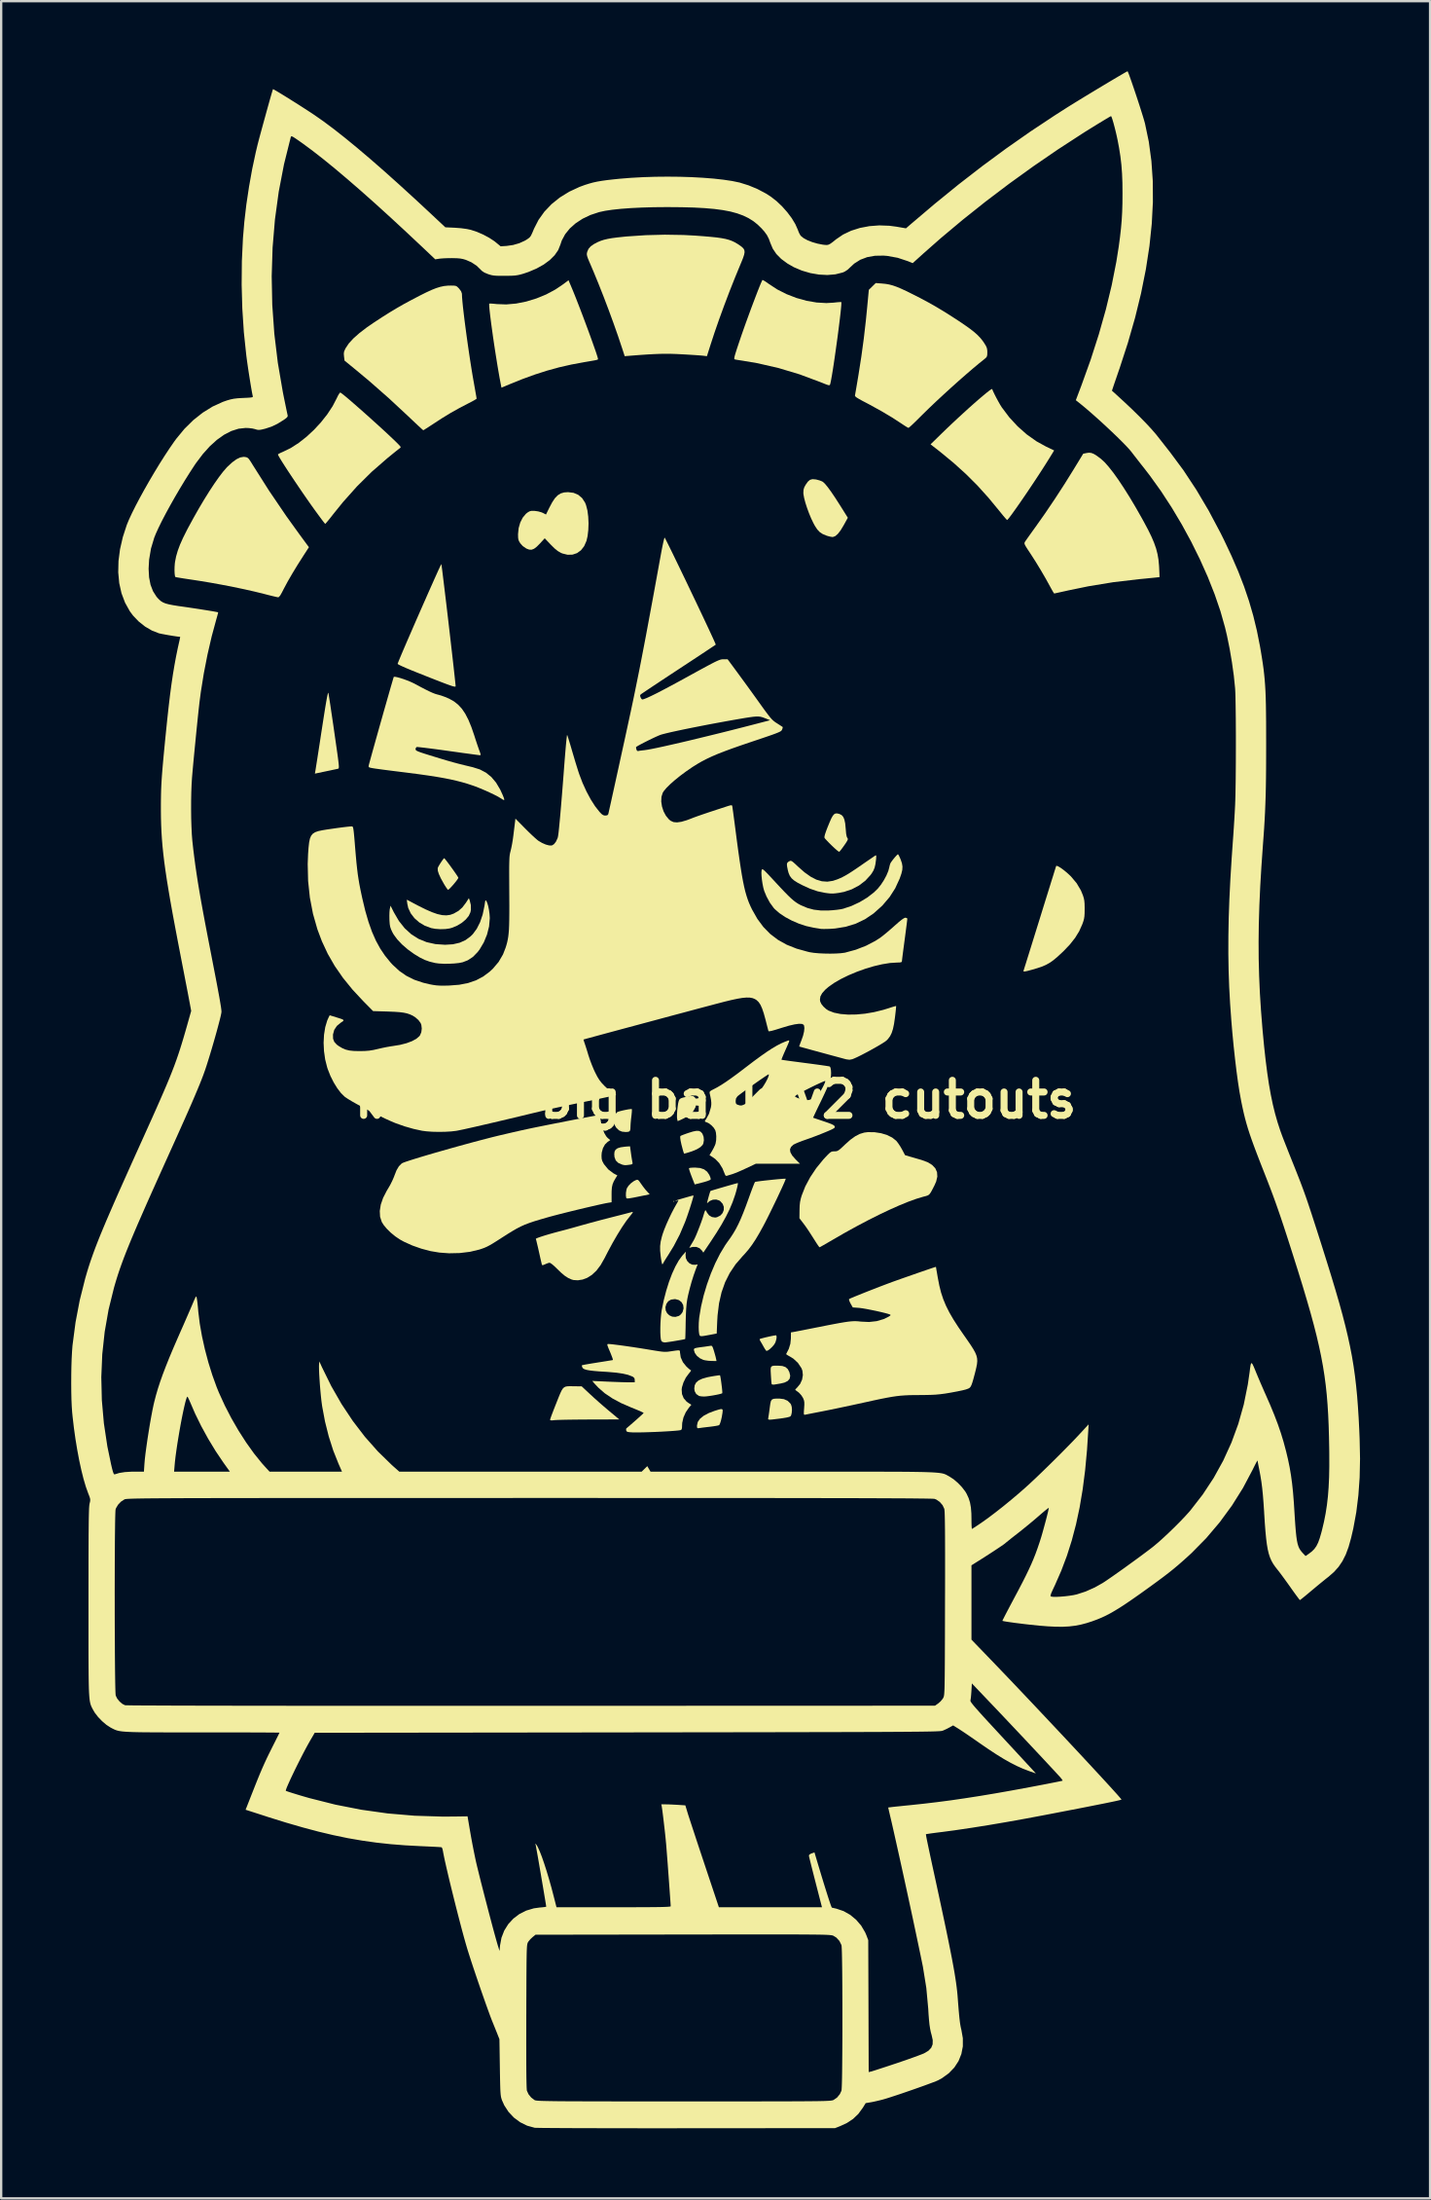
<source format=kicad_pcb>
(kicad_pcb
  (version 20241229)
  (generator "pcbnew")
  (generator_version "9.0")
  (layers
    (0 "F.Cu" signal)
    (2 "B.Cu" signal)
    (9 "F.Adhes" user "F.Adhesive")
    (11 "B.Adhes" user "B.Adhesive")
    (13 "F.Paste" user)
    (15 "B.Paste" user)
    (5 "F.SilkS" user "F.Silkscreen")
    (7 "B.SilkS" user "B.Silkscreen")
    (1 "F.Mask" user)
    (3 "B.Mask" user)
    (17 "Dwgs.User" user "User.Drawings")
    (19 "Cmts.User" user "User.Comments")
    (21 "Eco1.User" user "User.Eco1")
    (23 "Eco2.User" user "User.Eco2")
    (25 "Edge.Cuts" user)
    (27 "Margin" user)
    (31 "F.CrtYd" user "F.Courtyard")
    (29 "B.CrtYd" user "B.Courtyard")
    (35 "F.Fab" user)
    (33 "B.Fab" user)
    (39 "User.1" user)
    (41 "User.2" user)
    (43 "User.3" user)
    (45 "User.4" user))
  (footprint "kurisu big back v2 cutouts"
    (layer "F.Cu")
    (at 27.597 44.011)
    (property "Reference" "kurisu big back v2 cutouts" (at 0 0 0) (layer "F.SilkS") (effects (font (size 1.5 1.5) (thickness 0.3))))
    (attr board_only exclude_from_pos_files exclude_from_bom)
    (fp_poly (pts (xy -1.766 4.349) (xy -1.771 4.369) (xy -1.788 4.371) (xy -1.816 4.359) (xy -1.81 4.349) (xy -1.771 4.345)) (stroke (width 0) (type solid)) (fill yes) (layer "F.SilkS"))
    (fp_poly (pts (xy -0.661 2.932) (xy -0.49 2.99) (xy -0.36 3.09) (xy -0.27 3.222) (xy -0.228 3.318) (xy -0.207 3.395) (xy -0.208 3.422) (xy -0.247 3.449) (xy -0.337 3.486) (xy -0.465 3.526) (xy -0.559 3.551) (xy -0.892 3.635) (xy -1.023 3.3) (xy -1.075 3.162) (xy -1.114 3.047) (xy -1.136 2.968) (xy -1.138 2.94) (xy -1.099 2.927) (xy -1.013 2.918) (xy -0.895 2.914) (xy -0.881 2.914)) (stroke (width 0) (type solid)) (fill yes) (layer "F.SilkS"))
    (fp_poly (pts (xy -3.624 2.285) (xy -3.604 2.429) (xy -3.583 2.559) (xy -3.566 2.654) (xy -3.563 2.669) (xy -3.553 2.732) (xy -3.567 2.765) (xy -3.622 2.783) (xy -3.695 2.794) (xy -3.808 2.808) (xy -3.883 2.81) (xy -3.945 2.801) (xy -4.009 2.783) (xy -4.169 2.712) (xy -4.274 2.608) (xy -4.328 2.465) (xy -4.338 2.339) (xy -4.325 2.228) (xy -4.279 2.145) (xy -4.194 2.085) (xy -4.061 2.045) (xy -3.874 2.019) (xy -3.777 2.011) (xy -3.663 2.004)) (stroke (width 0) (type solid)) (fill yes) (layer "F.SilkS"))
    (fp_poly (pts (xy -3.316 3.446) (xy -3.272 3.491) (xy -3.209 3.58) (xy -3.196 3.6) (xy -3.107 3.724) (xy -3.009 3.85) (xy -2.947 3.921) (xy -2.821 4.058) (xy -3.313 4.159) (xy -3.507 4.198) (xy -3.645 4.222) (xy -3.737 4.234) (xy -3.792 4.234) (xy -3.818 4.222) (xy -3.824 4.214) (xy -3.84 4.116) (xy -3.837 3.988) (xy -3.816 3.86) (xy -3.796 3.797) (xy -3.729 3.692) (xy -3.623 3.584) (xy -3.501 3.494) (xy -3.408 3.448) (xy -3.357 3.435)) (stroke (width 0) (type solid)) (fill yes) (layer "F.SilkS"))
    (fp_poly (pts (xy -0.884 -0.094) (xy -0.839 0.012) (xy -0.828 0.144) (xy -0.86 0.331) (xy -0.956 0.503) (xy -1.114 0.658) (xy -1.334 0.795) (xy -1.433 0.843) (xy -1.622 0.926) (xy -1.643 0.841) (xy -1.652 0.756) (xy -1.65 0.626) (xy -1.641 0.473) (xy -1.624 0.315) (xy -1.604 0.175) (xy -1.58 0.073) (xy -1.579 0.072) (xy -1.559 0.019) (xy -1.53 -0.021) (xy -1.482 -0.052) (xy -1.403 -0.079) (xy -1.283 -0.107) (xy -1.111 -0.14) (xy -1.081 -0.146) (xy -0.964 -0.146)) (stroke (width 0) (type solid)) (fill yes) (layer "F.SilkS"))
    (fp_poly (pts (xy 2.599 10.094) (xy 2.616 10.152) (xy 2.607 10.248) (xy 2.575 10.363) (xy 2.552 10.421) (xy 2.499 10.504) (xy 2.419 10.595) (xy 2.328 10.679) (xy 2.243 10.74) (xy 2.183 10.763) (xy 2.155 10.736) (xy 2.108 10.667) (xy 2.062 10.589) (xy 2.002 10.481) (xy 1.947 10.386) (xy 1.92 10.342) (xy 1.891 10.283) (xy 1.889 10.254) (xy 1.929 10.238) (xy 2.015 10.214) (xy 2.132 10.184) (xy 2.263 10.154) (xy 2.391 10.126) (xy 2.501 10.105) (xy 2.576 10.094)) (stroke (width 0) (type solid)) (fill yes) (layer "F.SilkS"))
    (fp_poly (pts (xy 2.677 11.392) (xy 2.862 11.406) (xy 2.997 11.453) (xy 3.094 11.539) (xy 3.162 11.668) (xy 3.198 11.823) (xy 3.175 11.949) (xy 3.093 12.046) (xy 2.951 12.117) (xy 2.798 12.154) (xy 2.674 12.175) (xy 2.562 12.194) (xy 2.507 12.203) (xy 2.431 12.202) (xy 2.402 12.178) (xy 2.395 12.129) (xy 2.386 12.031) (xy 2.377 11.897) (xy 2.37 11.785) (xy 2.361 11.618) (xy 2.362 11.507) (xy 2.383 11.44) (xy 2.431 11.406) (xy 2.515 11.393) (xy 2.645 11.392)) (stroke (width 0) (type solid)) (fill yes) (layer "F.SilkS"))
    (fp_poly (pts (xy -0.149 10.556) (xy -0.121 10.605) (xy -0.088 10.7) (xy -0.069 10.76) (xy -0.031 10.891) (xy 0.002 11.01) (xy 0.021 11.093) (xy 0.041 11.193) (xy -0.17 11.191) (xy -0.31 11.182) (xy -0.449 11.162) (xy -0.525 11.144) (xy -0.674 11.073) (xy -0.8 10.97) (xy -0.888 10.847) (xy -0.927 10.72) (xy -0.927 10.703) (xy -0.919 10.672) (xy -0.887 10.649) (xy -0.82 10.63) (xy -0.704 10.611) (xy -0.621 10.6) (xy -0.475 10.581) (xy -0.345 10.562) (xy -0.251 10.548) (xy -0.227 10.544) (xy -0.181 10.539)) (stroke (width 0) (type solid)) (fill yes) (layer "F.SilkS"))
    (fp_poly (pts (xy 0.302 13.278) (xy 0.306 13.335) (xy 0.296 13.42) (xy 0.267 13.593) (xy 0.232 13.744) (xy 0.195 13.861) (xy 0.161 13.93) (xy 0.154 13.937) (xy 0.107 13.953) (xy 0.009 13.972) (xy -0.123 13.992) (xy -0.232 14.006) (xy -0.389 14.024) (xy -0.533 14.041) (xy -0.643 14.056) (xy -0.687 14.063) (xy -0.757 14.071) (xy -0.787 14.053) (xy -0.795 13.991) (xy -0.795 13.953) (xy -0.762 13.804) (xy -0.666 13.664) (xy -0.506 13.535) (xy -0.286 13.419) (xy -0.054 13.331) (xy 0.105 13.281) (xy 0.211 13.253) (xy 0.274 13.252)) (stroke (width 0) (type solid)) (fill yes) (layer "F.SilkS"))
    (fp_poly (pts (xy -0.712 1.345) (xy -0.634 1.382) (xy -0.571 1.452) (xy -0.561 1.469) (xy -0.512 1.595) (xy -0.499 1.741) (xy -0.522 1.877) (xy -0.551 1.94) (xy -0.646 2.036) (xy -0.798 2.129) (xy -0.999 2.214) (xy -1.105 2.249) (xy -1.217 2.283) (xy -1.303 2.308) (xy -1.343 2.318) (xy -1.344 2.318) (xy -1.359 2.289) (xy -1.384 2.215) (xy -1.404 2.144) (xy -1.459 1.935) (xy -1.496 1.765) (xy -1.513 1.642) (xy -1.51 1.572) (xy -1.504 1.561) (xy -1.461 1.54) (xy -1.371 1.504) (xy -1.247 1.459) (xy -1.153 1.427) (xy -0.961 1.368) (xy -0.818 1.341)) (stroke (width 0) (type solid)) (fill yes) (layer "F.SilkS"))
    (fp_poly (pts (xy -3.586 0.41) (xy -3.582 0.449) (xy -3.586 0.537) (xy -3.598 0.66) (xy -3.605 0.721) (xy -3.623 0.873) (xy -3.636 1.017) (xy -3.642 1.128) (xy -3.643 1.15) (xy -3.648 1.275) (xy -3.671 1.347) (xy -3.726 1.381) (xy -3.823 1.391) (xy -3.857 1.391) (xy -4.005 1.376) (xy -4.121 1.328) (xy -4.14 1.316) (xy -4.257 1.204) (xy -4.339 1.06) (xy -4.371 0.91) (xy -4.371 0.902) (xy -4.351 0.757) (xy -4.297 0.632) (xy -4.218 0.546) (xy -4.183 0.527) (xy -4.096 0.5) (xy -3.981 0.471) (xy -3.855 0.444) (xy -3.736 0.422) (xy -3.642 0.409) (xy -3.59 0.408)) (stroke (width 0) (type solid)) (fill yes) (layer "F.SilkS"))
    (fp_poly (pts (xy 2.929 12.825) (xy 3.09 12.898) (xy 3.207 13.013) (xy 3.233 13.056) (xy 3.263 13.155) (xy 3.273 13.279) (xy 3.264 13.407) (xy 3.239 13.512) (xy 3.209 13.561) (xy 3.156 13.585) (xy 3.046 13.612) (xy 2.891 13.638) (xy 2.743 13.659) (xy 2.551 13.682) (xy 2.416 13.698) (xy 2.328 13.704) (xy 2.277 13.7) (xy 2.256 13.685) (xy 2.253 13.657) (xy 2.261 13.616) (xy 2.263 13.602) (xy 2.276 13.522) (xy 2.294 13.398) (xy 2.314 13.249) (xy 2.324 13.171) (xy 2.347 13.01) (xy 2.373 12.904) (xy 2.416 12.842) (xy 2.487 12.811) (xy 2.6 12.801) (xy 2.732 12.8)) (stroke (width 0) (type solid)) (fill yes) (layer "F.SilkS"))
    (fp_poly (pts (xy -11.597 -10.305) (xy -11.54 -10.236) (xy -11.463 -10.135) (xy -11.373 -10.014) (xy -11.278 -9.883) (xy -11.187 -9.755) (xy -11.108 -9.641) (xy -11.049 -9.551) (xy -11.018 -9.498) (xy -11.016 -9.49) (xy -11.035 -9.449) (xy -11.088 -9.373) (xy -11.163 -9.278) (xy -11.248 -9.177) (xy -11.333 -9.084) (xy -11.404 -9.013) (xy -11.45 -8.976) (xy -11.457 -8.974) (xy -11.485 -9.001) (xy -11.536 -9.073) (xy -11.603 -9.177) (xy -11.64 -9.24) (xy -11.766 -9.466) (xy -11.85 -9.648) (xy -11.895 -9.788) (xy -11.9 -9.892) (xy -11.889 -9.933) (xy -11.851 -10.005) (xy -11.795 -10.097) (xy -11.733 -10.191) (xy -11.676 -10.272) (xy -11.635 -10.322) (xy -11.624 -10.33)) (stroke (width 0) (type solid)) (fill yes) (layer "F.SilkS"))
    (fp_poly (pts (xy 0.202 11.842) (xy 0.219 11.93) (xy 0.237 12.05) (xy 0.255 12.187) (xy 0.272 12.323) (xy 0.284 12.444) (xy 0.29 12.532) (xy 0.288 12.572) (xy 0.288 12.572) (xy 0.242 12.591) (xy 0.147 12.616) (xy 0.019 12.643) (xy -0.125 12.669) (xy -0.269 12.691) (xy -0.396 12.707) (xy -0.491 12.713) (xy -0.497 12.713) (xy -0.604 12.707) (xy -0.692 12.692) (xy -0.712 12.685) (xy -0.828 12.605) (xy -0.895 12.483) (xy -0.911 12.368) (xy -0.892 12.23) (xy -0.832 12.116) (xy -0.726 12.024) (xy -0.568 11.95) (xy -0.354 11.889) (xy -0.174 11.854) (xy -0.029 11.83) (xy 0.089 11.813) (xy 0.166 11.803) (xy 0.19 11.803)) (stroke (width 0) (type solid)) (fill yes) (layer "F.SilkS"))
    (fp_poly (pts (xy -10.53 -8.525) (xy -10.481 -8.325) (xy -10.478 -8.121) (xy -10.497 -8.018) (xy -10.569 -7.861) (xy -10.696 -7.707) (xy -10.865 -7.564) (xy -11.064 -7.443) (xy -11.282 -7.352) (xy -11.392 -7.321) (xy -11.574 -7.296) (xy -11.788 -7.29) (xy -12.001 -7.305) (xy -12.178 -7.337) (xy -12.45 -7.437) (xy -12.692 -7.581) (xy -12.896 -7.761) (xy -13.055 -7.968) (xy -13.162 -8.196) (xy -13.203 -8.382) (xy -13.224 -8.553) (xy -12.747 -8.302) (xy -12.427 -8.142) (xy -12.152 -8.021) (xy -11.916 -7.938) (xy -11.71 -7.892) (xy -11.528 -7.882) (xy -11.364 -7.904) (xy -11.21 -7.959) (xy -11.21 -7.96) (xy -11.01 -8.074) (xy -10.846 -8.219) (xy -10.698 -8.413) (xy -10.691 -8.423) (xy -10.565 -8.618)) (stroke (width 0) (type solid)) (fill yes) (layer "F.SilkS"))
    (fp_poly (pts (xy -6.06 12.274) (xy -6.054 12.274) (xy -5.733 12.277) (xy -5.359 12.627) (xy -5.192 12.78) (xy -4.995 12.956) (xy -4.79 13.134) (xy -4.599 13.297) (xy -4.553 13.335) (xy -4.123 13.693) (xy -5.415 13.697) (xy -5.709 13.698) (xy -5.99 13.701) (xy -6.249 13.704) (xy -6.477 13.708) (xy -6.665 13.713) (xy -6.806 13.718) (xy -6.89 13.723) (xy -6.897 13.724) (xy -7.008 13.735) (xy -7.068 13.73) (xy -7.087 13.708) (xy -7.087 13.704) (xy -7.075 13.662) (xy -7.042 13.567) (xy -6.991 13.431) (xy -6.926 13.262) (xy -6.85 13.069) (xy -6.818 12.989) (xy -6.728 12.762) (xy -6.656 12.588) (xy -6.597 12.461) (xy -6.541 12.372) (xy -6.482 12.317) (xy -6.412 12.286) (xy -6.323 12.273) (xy -6.208 12.271)) (stroke (width 0) (type solid)) (fill yes) (layer "F.SilkS"))
    (fp_poly (pts (xy 4.285 -26.542) (xy 4.328 -26.533) (xy 4.449 -26.501) (xy 4.555 -26.46) (xy 4.603 -26.433) (xy 4.69 -26.35) (xy 4.806 -26.21) (xy 4.951 -26.012) (xy 5.123 -25.758) (xy 5.322 -25.448) (xy 5.342 -25.417) (xy 5.666 -24.9) (xy 5.491 -24.584) (xy 5.36 -24.366) (xy 5.24 -24.211) (xy 5.13 -24.115) (xy 5.028 -24.077) (xy 5.008 -24.076) (xy 4.924 -24.088) (xy 4.812 -24.116) (xy 4.747 -24.137) (xy 4.589 -24.203) (xy 4.463 -24.286) (xy 4.356 -24.4) (xy 4.253 -24.557) (xy 4.193 -24.668) (xy 4.096 -24.87) (xy 4.003 -25.093) (xy 3.919 -25.322) (xy 3.848 -25.542) (xy 3.796 -25.74) (xy 3.766 -25.9) (xy 3.761 -25.965) (xy 3.768 -26.097) (xy 3.8 -26.204) (xy 3.859 -26.312) (xy 3.953 -26.445) (xy 4.044 -26.522) (xy 4.149 -26.552)) (stroke (width 0) (type solid)) (fill yes) (layer "F.SilkS"))
    (fp_poly (pts (xy 5.276 -12.23) (xy 5.304 -12.222) (xy 5.397 -12.177) (xy 5.468 -12.1) (xy 5.518 -11.983) (xy 5.553 -11.818) (xy 5.574 -11.596) (xy 5.576 -11.577) (xy 5.592 -11.386) (xy 5.616 -11.259) (xy 5.645 -11.195) (xy 5.665 -11.164) (xy 5.664 -11.126) (xy 5.638 -11.069) (xy 5.583 -10.98) (xy 5.512 -10.877) (xy 5.43 -10.763) (xy 5.36 -10.671) (xy 5.311 -10.614) (xy 5.296 -10.602) (xy 5.261 -10.62) (xy 5.19 -10.675) (xy 5.093 -10.761) (xy 4.98 -10.867) (xy 4.98 -10.867) (xy 4.866 -10.98) (xy 4.769 -11.081) (xy 4.699 -11.157) (xy 4.667 -11.198) (xy 4.664 -11.249) (xy 4.686 -11.345) (xy 4.736 -11.492) (xy 4.796 -11.649) (xy 4.884 -11.864) (xy 4.955 -12.025) (xy 5.016 -12.136) (xy 5.072 -12.205) (xy 5.131 -12.24) (xy 5.197 -12.246)) (stroke (width 0) (type solid)) (fill yes) (layer "F.SilkS"))
    (fp_poly (pts (xy -16.583 -17.401) (xy -16.573 -17.35) (xy -16.555 -17.239) (xy -16.529 -17.076) (xy -16.497 -16.869) (xy -16.461 -16.624) (xy -16.42 -16.347) (xy -16.375 -16.047) (xy -16.331 -15.738) (xy -16.279 -15.377) (xy -16.236 -15.077) (xy -16.201 -14.831) (xy -16.174 -14.634) (xy -16.155 -14.48) (xy -16.142 -14.364) (xy -16.135 -14.281) (xy -16.134 -14.224) (xy -16.139 -14.189) (xy -16.147 -14.17) (xy -16.16 -14.16) (xy -16.174 -14.156) (xy -16.231 -14.144) (xy -16.338 -14.121) (xy -16.483 -14.09) (xy -16.65 -14.055) (xy -16.702 -14.044) (xy -17.161 -13.948) (xy -17.144 -14.036) (xy -17.136 -14.085) (xy -17.119 -14.193) (xy -17.094 -14.354) (xy -17.061 -14.56) (xy -17.023 -14.806) (xy -16.98 -15.084) (xy -16.933 -15.389) (xy -16.884 -15.713) (xy -16.868 -15.812) (xy -16.807 -16.207) (xy -16.755 -16.54) (xy -16.711 -16.814) (xy -16.674 -17.032) (xy -16.644 -17.197) (xy -16.62 -17.313) (xy -16.603 -17.382) (xy -16.59 -17.409)) (stroke (width 0) (type solid)) (fill yes) (layer "F.SilkS"))
    (fp_poly (pts (xy -0.947 4.136) (xy -0.967 4.217) (xy -1.002 4.338) (xy -1.048 4.489) (xy -1.101 4.658) (xy -1.16 4.834) (xy -1.219 5.007) (xy -1.276 5.165) (xy -1.308 5.25) (xy -1.534 5.781) (xy -1.791 6.273) (xy -2.015 6.638) (xy -2.103 6.775) (xy -2.177 6.893) (xy -2.228 6.98) (xy -2.251 7.024) (xy -2.252 7.027) (xy -2.276 7.054) (xy -2.279 7.054) (xy -2.294 7.023) (xy -2.313 6.94) (xy -2.334 6.819) (xy -2.349 6.708) (xy -2.373 6.474) (xy -2.374 6.276) (xy -2.351 6.087) (xy -2.302 5.881) (xy -2.263 5.751) (xy -2.198 5.567) (xy -2.107 5.345) (xy -2 5.106) (xy -1.885 4.867) (xy -1.771 4.649) (xy -1.711 4.542) (xy -1.652 4.439) (xy -1.609 4.362) (xy -1.59 4.324) (xy -1.59 4.323) (xy -1.617 4.321) (xy -1.664 4.33) (xy -1.715 4.338) (xy -1.722 4.331) (xy -1.688 4.317) (xy -1.605 4.291) (xy -1.488 4.256) (xy -1.355 4.217) (xy -1.218 4.178) (xy -1.095 4.143) (xy -1 4.118) (xy -0.949 4.107) (xy -0.946 4.106)) (stroke (width 0) (type solid)) (fill yes) (layer "F.SilkS"))
    (fp_poly (pts (xy 11.847 -30.41) (xy 11.884 -30.32) (xy 11.946 -30.19) (xy 12.023 -30.039) (xy 12.107 -29.884) (xy 12.187 -29.743) (xy 12.255 -29.633) (xy 12.257 -29.63) (xy 12.578 -29.203) (xy 12.939 -28.812) (xy 13.332 -28.465) (xy 13.749 -28.17) (xy 14.152 -27.948) (xy 14.502 -27.781) (xy 14.284 -27.427) (xy 14.155 -27.221) (xy 14.01 -26.994) (xy 13.853 -26.752) (xy 13.687 -26.5) (xy 13.517 -26.245) (xy 13.348 -25.993) (xy 13.182 -25.75) (xy 13.025 -25.522) (xy 12.88 -25.315) (xy 12.751 -25.135) (xy 12.644 -24.988) (xy 12.561 -24.88) (xy 12.507 -24.818) (xy 12.488 -24.804) (xy 12.46 -24.829) (xy 12.399 -24.896) (xy 12.313 -24.997) (xy 12.211 -25.123) (xy 12.168 -25.176) (xy 11.694 -25.751) (xy 11.219 -26.277) (xy 10.727 -26.768) (xy 10.204 -27.241) (xy 9.635 -27.71) (xy 9.531 -27.792) (xy 9.209 -28.042) (xy 9.696 -28.518) (xy 9.919 -28.733) (xy 10.151 -28.953) (xy 10.387 -29.173) (xy 10.621 -29.388) (xy 10.848 -29.594) (xy 11.064 -29.786) (xy 11.264 -29.961) (xy 11.443 -30.113) (xy 11.595 -30.239) (xy 11.715 -30.334) (xy 11.8 -30.393) (xy 11.843 -30.413)) (stroke (width 0) (type solid)) (fill yes) (layer "F.SilkS"))
    (fp_poly (pts (xy -6.082 -25.967) (xy -5.88 -25.881) (xy -5.715 -25.741) (xy -5.59 -25.549) (xy -5.546 -25.44) (xy -5.488 -25.215) (xy -5.453 -24.948) (xy -5.44 -24.66) (xy -5.45 -24.373) (xy -5.482 -24.106) (xy -5.528 -23.91) (xy -5.627 -23.684) (xy -5.763 -23.509) (xy -5.931 -23.387) (xy -6.124 -23.322) (xy -6.337 -23.316) (xy -6.562 -23.372) (xy -6.623 -23.398) (xy -6.754 -23.474) (xy -6.898 -23.59) (xy -7.061 -23.752) (xy -7.316 -24.021) (xy -7.517 -23.802) (xy -7.656 -23.662) (xy -7.771 -23.574) (xy -7.875 -23.533) (xy -7.98 -23.536) (xy -8.096 -23.579) (xy -8.106 -23.584) (xy -8.259 -23.69) (xy -8.362 -23.805) (xy -8.413 -23.887) (xy -8.443 -23.959) (xy -8.456 -24.047) (xy -8.459 -24.174) (xy -8.459 -24.203) (xy -8.433 -24.458) (xy -8.365 -24.696) (xy -8.259 -24.905) (xy -8.121 -25.07) (xy -8.046 -25.129) (xy -7.969 -25.174) (xy -7.891 -25.195) (xy -7.786 -25.196) (xy -7.732 -25.192) (xy -7.595 -25.172) (xy -7.462 -25.135) (xy -7.397 -25.108) (xy -7.262 -25.039) (xy -7.121 -25.327) (xy -6.997 -25.56) (xy -6.881 -25.736) (xy -6.762 -25.86) (xy -6.633 -25.941) (xy -6.486 -25.984) (xy -6.316 -25.996)) (stroke (width 0) (type solid)) (fill yes) (layer "F.SilkS"))
    (fp_poly (pts (xy 6.883 -10.417) (xy 6.88 -10.337) (xy 6.873 -10.262) (xy 6.847 -10.07) (xy 6.813 -9.924) (xy 6.763 -9.8) (xy 6.689 -9.678) (xy 6.637 -9.607) (xy 6.415 -9.365) (xy 6.146 -9.161) (xy 5.84 -8.999) (xy 5.507 -8.887) (xy 5.288 -8.845) (xy 5.138 -8.825) (xy 5.027 -8.816) (xy 4.928 -8.817) (xy 4.815 -8.828) (xy 4.686 -8.846) (xy 4.373 -8.911) (xy 4.048 -9.022) (xy 3.719 -9.172) (xy 3.515 -9.279) (xy 3.363 -9.376) (xy 3.255 -9.471) (xy 3.179 -9.576) (xy 3.127 -9.699) (xy 3.095 -9.819) (xy 3.066 -9.964) (xy 3.056 -10.06) (xy 3.068 -10.122) (xy 3.105 -10.165) (xy 3.157 -10.197) (xy 3.195 -10.214) (xy 3.231 -10.216) (xy 3.275 -10.196) (xy 3.337 -10.149) (xy 3.428 -10.067) (xy 3.534 -9.967) (xy 3.812 -9.723) (xy 4.072 -9.538) (xy 4.317 -9.411) (xy 4.555 -9.341) (xy 4.789 -9.324) (xy 5.027 -9.36) (xy 5.215 -9.422) (xy 5.334 -9.472) (xy 5.446 -9.525) (xy 5.561 -9.586) (xy 5.689 -9.661) (xy 5.839 -9.757) (xy 6.022 -9.879) (xy 6.247 -10.033) (xy 6.292 -10.065) (xy 6.456 -10.178) (xy 6.604 -10.279) (xy 6.725 -10.362) (xy 6.81 -10.42) (xy 6.85 -10.446) (xy 6.874 -10.45)) (stroke (width 0) (type solid)) (fill yes) (layer "F.SilkS"))
    (fp_poly (pts (xy 14.692 -9.971) (xy 14.792 -9.909) (xy 14.911 -9.822) (xy 15.038 -9.719) (xy 15.164 -9.604) (xy 15.221 -9.549) (xy 15.464 -9.261) (xy 15.648 -8.951) (xy 15.734 -8.743) (xy 15.77 -8.629) (xy 15.793 -8.519) (xy 15.805 -8.392) (xy 15.809 -8.227) (xy 15.809 -8.147) (xy 15.807 -7.972) (xy 15.799 -7.841) (xy 15.782 -7.733) (xy 15.753 -7.626) (xy 15.707 -7.498) (xy 15.704 -7.49) (xy 15.573 -7.199) (xy 15.4 -6.918) (xy 15.178 -6.637) (xy 14.901 -6.346) (xy 14.856 -6.304) (xy 14.651 -6.114) (xy 14.475 -5.966) (xy 14.313 -5.852) (xy 14.151 -5.762) (xy 13.976 -5.687) (xy 13.773 -5.619) (xy 13.749 -5.612) (xy 13.536 -5.55) (xy 13.381 -5.508) (xy 13.275 -5.485) (xy 13.213 -5.479) (xy 13.188 -5.49) (xy 13.189 -5.506) (xy 13.201 -5.543) (xy 13.231 -5.639) (xy 13.278 -5.788) (xy 13.339 -5.984) (xy 13.414 -6.223) (xy 13.5 -6.499) (xy 13.596 -6.807) (xy 13.7 -7.142) (xy 13.811 -7.499) (xy 13.889 -7.749) (xy 14.003 -8.117) (xy 14.112 -8.468) (xy 14.214 -8.795) (xy 14.307 -9.093) (xy 14.389 -9.358) (xy 14.46 -9.583) (xy 14.516 -9.765) (xy 14.558 -9.897) (xy 14.582 -9.975) (xy 14.588 -9.994) (xy 14.621 -10.002)) (stroke (width 0) (type solid)) (fill yes) (layer "F.SilkS"))
    (fp_poly (pts (xy -11.737 -22.871) (xy -11.722 -22.768) (xy -11.702 -22.612) (xy -11.677 -22.408) (xy -11.647 -22.164) (xy -11.613 -21.885) (xy -11.576 -21.577) (xy -11.536 -21.247) (xy -11.495 -20.9) (xy -11.453 -20.543) (xy -11.411 -20.182) (xy -11.369 -19.823) (xy -11.329 -19.472) (xy -11.29 -19.136) (xy -11.254 -18.82) (xy -11.221 -18.53) (xy -11.193 -18.273) (xy -11.169 -18.055) (xy -11.151 -17.882) (xy -11.138 -17.76) (xy -11.133 -17.696) (xy -11.133 -17.687) (xy -11.142 -17.674) (xy -11.166 -17.671) (xy -11.211 -17.678) (xy -11.282 -17.697) (xy -11.385 -17.732) (xy -11.525 -17.782) (xy -11.707 -17.851) (xy -11.938 -17.94) (xy -12.221 -18.051) (xy -12.385 -18.116) (xy -12.735 -18.255) (xy -13.024 -18.371) (xy -13.254 -18.467) (xy -13.426 -18.543) (xy -13.542 -18.598) (xy -13.605 -18.634) (xy -13.616 -18.65) (xy -13.598 -18.7) (xy -13.557 -18.803) (xy -13.495 -18.952) (xy -13.415 -19.142) (xy -13.319 -19.366) (xy -13.21 -19.619) (xy -13.09 -19.895) (xy -12.963 -20.188) (xy -12.83 -20.493) (xy -12.694 -20.803) (xy -12.558 -21.112) (xy -12.424 -21.415) (xy -12.296 -21.706) (xy -12.174 -21.979) (xy -12.063 -22.229) (xy -11.964 -22.448) (xy -11.881 -22.633) (xy -11.815 -22.775) (xy -11.769 -22.871) (xy -11.746 -22.914) (xy -11.744 -22.915)) (stroke (width 0) (type solid)) (fill yes) (layer "F.SilkS"))
    (fp_poly (pts (xy -6.14 -34.695) (xy -6.065 -34.513) (xy -5.978 -34.296) (xy -5.883 -34.052) (xy -5.781 -33.789) (xy -5.676 -33.513) (xy -5.571 -33.232) (xy -5.467 -32.953) (xy -5.369 -32.685) (xy -5.278 -32.433) (xy -5.198 -32.206) (xy -5.13 -32.012) (xy -5.079 -31.857) (xy -5.046 -31.748) (xy -5.034 -31.694) (xy -5.034 -31.694) (xy -5.037 -31.681) (xy -5.051 -31.669) (xy -5.087 -31.657) (xy -5.152 -31.642) (xy -5.255 -31.623) (xy -5.405 -31.597) (xy -5.611 -31.562) (xy -5.63 -31.559) (xy -6.174 -31.458) (xy -6.697 -31.339) (xy -7.212 -31.198) (xy -7.734 -31.031) (xy -8.276 -30.834) (xy -8.852 -30.602) (xy -9.047 -30.52) (xy -9.169 -30.468) (xy -9.203 -30.641) (xy -9.246 -30.867) (xy -9.291 -31.124) (xy -9.339 -31.404) (xy -9.387 -31.702) (xy -9.436 -32.01) (xy -9.483 -32.32) (xy -9.528 -32.626) (xy -9.569 -32.92) (xy -9.607 -33.196) (xy -9.639 -33.447) (xy -9.665 -33.664) (xy -9.684 -33.842) (xy -9.694 -33.972) (xy -9.695 -34.049) (xy -9.691 -34.066) (xy -9.654 -34.069) (xy -9.566 -34.065) (xy -9.444 -34.054) (xy -9.367 -34.046) (xy -8.967 -34.031) (xy -8.543 -34.068) (xy -8.109 -34.154) (xy -7.675 -34.286) (xy -7.254 -34.459) (xy -6.858 -34.671) (xy -6.567 -34.866) (xy -6.297 -35.066)) (stroke (width 0) (type solid)) (fill yes) (layer "F.SilkS"))
    (fp_poly (pts (xy -9.835 -8.519) (xy -9.817 -8.497) (xy -9.777 -8.412) (xy -9.738 -8.28) (xy -9.705 -8.119) (xy -9.681 -7.947) (xy -9.67 -7.782) (xy -9.67 -7.749) (xy -9.7 -7.408) (xy -9.787 -7.062) (xy -9.924 -6.727) (xy -10.106 -6.42) (xy -10.19 -6.31) (xy -10.39 -6.105) (xy -10.612 -5.959) (xy -10.832 -5.874) (xy -10.989 -5.843) (xy -11.19 -5.822) (xy -11.414 -5.811) (xy -11.64 -5.81) (xy -11.848 -5.821) (xy -12.005 -5.842) (xy -12.241 -5.899) (xy -12.455 -5.975) (xy -12.67 -6.081) (xy -12.906 -6.225) (xy -12.918 -6.233) (xy -13.189 -6.429) (xy -13.43 -6.639) (xy -13.633 -6.854) (xy -13.787 -7.063) (xy -13.845 -7.167) (xy -13.9 -7.287) (xy -13.934 -7.389) (xy -13.954 -7.499) (xy -13.965 -7.639) (xy -13.968 -7.713) (xy -13.97 -7.869) (xy -13.966 -8.016) (xy -13.956 -8.13) (xy -13.95 -8.163) (xy -13.92 -8.296) (xy -13.779 -8.014) (xy -13.562 -7.642) (xy -13.313 -7.329) (xy -13.033 -7.074) (xy -12.72 -6.876) (xy -12.374 -6.735) (xy -11.994 -6.651) (xy -11.582 -6.623) (xy -11.249 -6.644) (xy -10.96 -6.71) (xy -10.71 -6.822) (xy -10.492 -6.984) (xy -10.396 -7.079) (xy -10.227 -7.308) (xy -10.085 -7.59) (xy -9.974 -7.919) (xy -9.897 -8.285) (xy -9.884 -8.377) (xy -9.869 -8.477) (xy -9.854 -8.521)) (stroke (width 0) (type solid)) (fill yes) (layer "F.SilkS"))
    (fp_poly (pts (xy -20.159 -27.502) (xy -20.096 -27.491) (xy -20.047 -27.47) (xy -20.001 -27.431) (xy -19.949 -27.362) (xy -19.879 -27.254) (xy -19.822 -27.161) (xy -19.125 -26.061) (xy -18.382 -24.968) (xy -17.826 -24.196) (xy -17.416 -23.639) (xy -17.645 -23.286) (xy -17.9 -22.886) (xy -18.12 -22.524) (xy -18.315 -22.188) (xy -18.49 -21.863) (xy -18.574 -21.699) (xy -18.647 -21.571) (xy -18.706 -21.505) (xy -18.736 -21.496) (xy -18.786 -21.505) (xy -18.888 -21.528) (xy -19.031 -21.562) (xy -19.203 -21.605) (xy -19.356 -21.645) (xy -19.745 -21.74) (xy -20.182 -21.839) (xy -20.651 -21.937) (xy -21.136 -22.031) (xy -21.62 -22.119) (xy -22.085 -22.196) (xy -22.332 -22.234) (xy -22.553 -22.267) (xy -22.751 -22.297) (xy -22.918 -22.324) (xy -23.044 -22.345) (xy -23.12 -22.36) (xy -23.138 -22.365) (xy -23.156 -22.417) (xy -23.168 -22.517) (xy -23.173 -22.648) (xy -23.17 -22.794) (xy -23.16 -22.937) (xy -23.15 -23.015) (xy -23.104 -23.247) (xy -23.034 -23.488) (xy -22.937 -23.749) (xy -22.808 -24.038) (xy -22.643 -24.368) (xy -22.588 -24.473) (xy -22.358 -24.895) (xy -22.128 -25.301) (xy -21.9 -25.684) (xy -21.679 -26.038) (xy -21.468 -26.358) (xy -21.272 -26.637) (xy -21.094 -26.87) (xy -20.939 -27.049) (xy -20.899 -27.09) (xy -20.696 -27.276) (xy -20.518 -27.405) (xy -20.36 -27.481) (xy -20.217 -27.506)) (stroke (width 0) (type solid)) (fill yes) (layer "F.SilkS"))
    (fp_poly (pts (xy 16.102 -27.672) (xy 16.208 -27.629) (xy 16.334 -27.55) (xy 16.494 -27.431) (xy 16.512 -27.417) (xy 16.665 -27.276) (xy 16.841 -27.077) (xy 17.039 -26.826) (xy 17.254 -26.525) (xy 17.485 -26.178) (xy 17.73 -25.79) (xy 17.984 -25.364) (xy 18.246 -24.904) (xy 18.344 -24.727) (xy 18.525 -24.388) (xy 18.67 -24.092) (xy 18.783 -23.827) (xy 18.869 -23.582) (xy 18.93 -23.347) (xy 18.971 -23.109) (xy 18.994 -22.859) (xy 19 -22.762) (xy 19.017 -22.359) (xy 18.839 -22.34) (xy 18.743 -22.33) (xy 18.598 -22.316) (xy 18.42 -22.298) (xy 18.225 -22.279) (xy 18.131 -22.27) (xy 17.037 -22.142) (xy 15.964 -21.966) (xy 15.109 -21.79) (xy 14.921 -21.748) (xy 14.756 -21.712) (xy 14.624 -21.683) (xy 14.537 -21.664) (xy 14.505 -21.658) (xy 14.483 -21.685) (xy 14.438 -21.758) (xy 14.379 -21.864) (xy 14.342 -21.931) (xy 14.147 -22.285) (xy 13.93 -22.658) (xy 13.707 -23.024) (xy 13.493 -23.357) (xy 13.468 -23.395) (xy 13.364 -23.551) (xy 13.294 -23.662) (xy 13.251 -23.739) (xy 13.233 -23.791) (xy 13.233 -23.829) (xy 13.247 -23.862) (xy 13.25 -23.866) (xy 13.283 -23.916) (xy 13.348 -24.009) (xy 13.439 -24.137) (xy 13.549 -24.291) (xy 13.672 -24.462) (xy 13.701 -24.502) (xy 14.111 -25.082) (xy 14.531 -25.703) (xy 14.949 -26.347) (xy 15.333 -26.963) (xy 15.747 -27.641) (xy 15.901 -27.673) (xy 16.004 -27.685)) (stroke (width 0) (type solid)) (fill yes) (layer "F.SilkS"))
    (fp_poly (pts (xy 2.039 -35.069) (xy 2.11 -35.028) (xy 2.21 -34.961) (xy 2.279 -34.911) (xy 2.644 -34.672) (xy 3.044 -34.47) (xy 3.466 -34.307) (xy 3.898 -34.187) (xy 4.329 -34.113) (xy 4.746 -34.089) (xy 5.058 -34.107) (xy 5.194 -34.122) (xy 5.304 -34.131) (xy 5.372 -34.134) (xy 5.386 -34.132) (xy 5.39 -34.092) (xy 5.385 -33.994) (xy 5.372 -33.845) (xy 5.352 -33.652) (xy 5.326 -33.425) (xy 5.294 -33.169) (xy 5.259 -32.892) (xy 5.221 -32.601) (xy 5.18 -32.305) (xy 5.139 -32.01) (xy 5.098 -31.724) (xy 5.058 -31.454) (xy 5.02 -31.208) (xy 4.984 -30.994) (xy 4.953 -30.818) (xy 4.927 -30.688) (xy 4.908 -30.613) (xy 4.896 -30.586) (xy 4.875 -30.573) (xy 4.835 -30.576) (xy 4.765 -30.597) (xy 4.655 -30.639) (xy 4.495 -30.703) (xy 4.487 -30.707) (xy 3.598 -31.038) (xy 2.699 -31.308) (xy 1.796 -31.515) (xy 1.143 -31.625) (xy 1.011 -31.645) (xy 0.9 -31.663) (xy 0.83 -31.677) (xy 0.822 -31.679) (xy 0.807 -31.691) (xy 0.802 -31.72) (xy 0.809 -31.773) (xy 0.83 -31.858) (xy 0.867 -31.981) (xy 0.921 -32.15) (xy 0.995 -32.372) (xy 1.026 -32.463) (xy 1.111 -32.713) (xy 1.206 -32.984) (xy 1.307 -33.267) (xy 1.412 -33.554) (xy 1.516 -33.838) (xy 1.619 -34.112) (xy 1.716 -34.367) (xy 1.804 -34.595) (xy 1.881 -34.789) (xy 1.944 -34.941) (xy 1.99 -35.043) (xy 2.008 -35.077)) (stroke (width 0) (type solid)) (fill yes) (layer "F.SilkS"))
    (fp_poly (pts (xy -16.029 -30.234) (xy -15.943 -30.168) (xy -15.82 -30.068) (xy -15.667 -29.938) (xy -15.488 -29.783) (xy -15.29 -29.61) (xy -15.078 -29.423) (xy -14.858 -29.227) (xy -14.637 -29.028) (xy -14.419 -28.831) (xy -14.211 -28.641) (xy -14.019 -28.463) (xy -13.848 -28.302) (xy -13.705 -28.165) (xy -13.594 -28.055) (xy -13.53 -27.987) (xy -13.488 -27.934) (xy -13.493 -27.9) (xy -13.542 -27.862) (xy -13.592 -27.824) (xy -13.683 -27.752) (xy -13.805 -27.654) (xy -13.947 -27.538) (xy -14.063 -27.444) (xy -14.728 -26.865) (xy -15.356 -26.243) (xy -15.957 -25.57) (xy -16.371 -25.058) (xy -16.482 -24.916) (xy -16.58 -24.795) (xy -16.657 -24.703) (xy -16.705 -24.649) (xy -16.718 -24.639) (xy -16.743 -24.665) (xy -16.801 -24.737) (xy -16.885 -24.848) (xy -16.99 -24.99) (xy -17.111 -25.155) (xy -17.175 -25.243) (xy -17.336 -25.468) (xy -17.505 -25.709) (xy -17.678 -25.959) (xy -17.851 -26.213) (xy -18.02 -26.463) (xy -18.181 -26.704) (xy -18.33 -26.929) (xy -18.462 -27.133) (xy -18.574 -27.309) (xy -18.66 -27.45) (xy -18.718 -27.551) (xy -18.743 -27.605) (xy -18.743 -27.609) (xy -18.715 -27.633) (xy -18.64 -27.673) (xy -18.534 -27.72) (xy -18.52 -27.726) (xy -18.191 -27.886) (xy -17.856 -28.102) (xy -17.523 -28.363) (xy -17.202 -28.66) (xy -16.902 -28.984) (xy -16.632 -29.325) (xy -16.402 -29.674) (xy -16.226 -30.012) (xy -16.17 -30.128) (xy -16.118 -30.214) (xy -16.081 -30.258) (xy -16.072 -30.26)) (stroke (width 0) (type solid)) (fill yes) (layer "F.SilkS"))
    (fp_poly (pts (xy -3.541 4.818) (xy -3.563 4.863) (xy -3.631 4.951) (xy -3.648 4.972) (xy -3.818 5.19) (xy -4.005 5.464) (xy -4.204 5.784) (xy -4.412 6.144) (xy -4.622 6.534) (xy -4.751 6.786) (xy -4.921 7.086) (xy -5.102 7.325) (xy -5.299 7.509) (xy -5.497 7.633) (xy -5.692 7.706) (xy -5.895 7.738) (xy -6.085 7.727) (xy -6.169 7.703) (xy -6.311 7.639) (xy -6.453 7.548) (xy -6.607 7.42) (xy -6.786 7.248) (xy -6.796 7.238) (xy -6.909 7.129) (xy -7.008 7.045) (xy -7.08 6.997) (xy -7.107 6.987) (xy -7.177 7.002) (xy -7.271 7.039) (xy -7.297 7.051) (xy -7.386 7.088) (xy -7.43 7.085) (xy -7.436 7.076) (xy -7.447 7.032) (xy -7.47 6.935) (xy -7.502 6.797) (xy -7.539 6.63) (xy -7.565 6.514) (xy -7.605 6.335) (xy -7.642 6.18) (xy -7.671 6.058) (xy -7.691 5.983) (xy -7.698 5.964) (xy -7.674 5.945) (xy -7.596 5.913) (xy -7.472 5.87) (xy -7.313 5.819) (xy -7.128 5.764) (xy -6.925 5.707) (xy -6.716 5.651) (xy -6.623 5.627) (xy -6.489 5.592) (xy -6.31 5.544) (xy -6.108 5.488) (xy -5.903 5.43) (xy -5.828 5.409) (xy -5.646 5.358) (xy -5.417 5.295) (xy -5.156 5.225) (xy -4.882 5.152) (xy -4.61 5.082) (xy -4.471 5.046) (xy -4.241 4.987) (xy -4.031 4.934) (xy -3.848 4.887) (xy -3.703 4.849) (xy -3.604 4.823) (xy -3.562 4.812)) (stroke (width 0) (type solid)) (fill yes) (layer "F.SilkS"))
    (fp_poly (pts (xy -1.372 -37.003) (xy -0.878 -36.977) (xy -0.516 -36.95) (xy -0.213 -36.924) (xy 0.04 -36.898) (xy 0.251 -36.868) (xy 0.426 -36.835) (xy 0.575 -36.795) (xy 0.704 -36.748) (xy 0.823 -36.692) (xy 0.938 -36.624) (xy 1.004 -36.582) (xy 1.114 -36.503) (xy 1.19 -36.432) (xy 1.233 -36.357) (xy 1.244 -36.268) (xy 1.223 -36.153) (xy 1.172 -36.002) (xy 1.091 -35.803) (xy 1.075 -35.765) (xy 0.837 -35.188) (xy 0.599 -34.589) (xy 0.369 -33.983) (xy 0.152 -33.388) (xy -0.046 -32.819) (xy -0.213 -32.309) (xy -0.369 -31.816) (xy -0.524 -31.835) (xy -0.603 -31.843) (xy -0.736 -31.853) (xy -0.91 -31.865) (xy -1.114 -31.878) (xy -1.335 -31.891) (xy -1.413 -31.895) (xy -1.666 -31.908) (xy -1.901 -31.916) (xy -2.131 -31.918) (xy -2.367 -31.915) (xy -2.621 -31.905) (xy -2.904 -31.89) (xy -3.229 -31.868) (xy -3.606 -31.839) (xy -3.643 -31.836) (xy -3.891 -31.816) (xy -4.003 -32.16) (xy -4.175 -32.674) (xy -4.369 -33.224) (xy -4.577 -33.792) (xy -4.793 -34.36) (xy -5.011 -34.911) (xy -5.223 -35.427) (xy -5.346 -35.716) (xy -5.42 -35.887) (xy -5.47 -36.009) (xy -5.499 -36.097) (xy -5.512 -36.161) (xy -5.511 -36.215) (xy -5.499 -36.271) (xy -5.494 -36.288) (xy -5.441 -36.41) (xy -5.348 -36.516) (xy -5.207 -36.615) (xy -5.047 -36.699) (xy -4.92 -36.752) (xy -4.782 -36.797) (xy -4.623 -36.835) (xy -4.433 -36.869) (xy -4.201 -36.899) (xy -3.917 -36.929) (xy -3.792 -36.941) (xy -2.988 -36.995) (xy -2.173 -37.016)) (stroke (width 0) (type solid)) (fill yes) (layer "F.SilkS"))
    (fp_poly (pts (xy 0.957 3.606) (xy 0.944 3.685) (xy 0.917 3.801) (xy 0.88 3.942) (xy 0.836 4.09) (xy 0.732 4.389) (xy 0.604 4.694) (xy 0.447 5.011) (xy 0.258 5.351) (xy 0.03 5.721) (xy -0.217 6.098) (xy -0.524 6.554) (xy -0.578 6.471) (xy -0.685 6.365) (xy -0.823 6.309) (xy -0.974 6.309) (xy -0.994 6.314) (xy -1.126 6.349) (xy -1.06 6.238) (xy -0.996 6.13) (xy -0.933 6.022) (xy -0.931 6.019) (xy -0.885 5.927) (xy -0.823 5.788) (xy -0.754 5.618) (xy -0.682 5.434) (xy -0.614 5.251) (xy -0.556 5.085) (xy -0.515 4.953) (xy -0.512 4.943) (xy -0.48 4.837) (xy -0.452 4.763) (xy -0.434 4.736) (xy -0.408 4.764) (xy -0.371 4.83) (xy -0.364 4.844) (xy -0.278 4.957) (xy -0.155 5.03) (xy -0.015 5.052) (xy 0.063 5.038) (xy 0.205 4.967) (xy 0.302 4.86) (xy 0.352 4.732) (xy 0.354 4.595) (xy 0.304 4.464) (xy 0.202 4.352) (xy 0.158 4.322) (xy 0.03 4.282) (xy -0.113 4.289) (xy -0.242 4.341) (xy -0.285 4.374) (xy -0.338 4.421) (xy -0.363 4.436) (xy -0.364 4.435) (xy -0.355 4.387) (xy -0.333 4.299) (xy -0.303 4.19) (xy -0.272 4.078) (xy -0.243 3.984) (xy -0.223 3.926) (xy -0.219 3.917) (xy -0.185 3.904) (xy -0.1 3.877) (xy 0.025 3.84) (xy 0.176 3.795) (xy 0.341 3.747) (xy 0.509 3.698) (xy 0.666 3.654) (xy 0.8 3.616) (xy 0.899 3.59) (xy 0.95 3.577) (xy 0.954 3.577)) (stroke (width 0) (type solid)) (fill yes) (layer "F.SilkS"))
    (fp_poly (pts (xy -11.209 -34.836) (xy -11.13 -34.825) (xy -11.073 -34.797) (xy -11.016 -34.742) (xy -10.982 -34.706) (xy -10.898 -34.594) (xy -10.864 -34.495) (xy -10.862 -34.465) (xy -10.857 -34.342) (xy -10.842 -34.161) (xy -10.819 -33.93) (xy -10.788 -33.659) (xy -10.751 -33.354) (xy -10.708 -33.024) (xy -10.661 -32.676) (xy -10.611 -32.319) (xy -10.559 -31.961) (xy -10.506 -31.61) (xy -10.453 -31.273) (xy -10.401 -30.96) (xy -10.367 -30.765) (xy -10.329 -30.551) (xy -10.295 -30.359) (xy -10.267 -30.198) (xy -10.246 -30.079) (xy -10.235 -30.01) (xy -10.233 -29.997) (xy -10.261 -29.975) (xy -10.336 -29.929) (xy -10.447 -29.868) (xy -10.572 -29.804) (xy -10.973 -29.595) (xy -11.339 -29.39) (xy -11.699 -29.171) (xy -12.021 -28.962) (xy -12.178 -28.859) (xy -12.316 -28.77) (xy -12.424 -28.701) (xy -12.495 -28.657) (xy -12.517 -28.645) (xy -12.545 -28.667) (xy -12.614 -28.729) (xy -12.718 -28.825) (xy -12.85 -28.948) (xy -13.005 -29.094) (xy -13.164 -29.245) (xy -13.988 -30.011) (xy -14.81 -30.733) (xy -15.374 -31.204) (xy -15.891 -31.627) (xy -15.913 -31.806) (xy -15.922 -31.919) (xy -15.911 -32.007) (xy -15.872 -32.103) (xy -15.842 -32.161) (xy -15.708 -32.361) (xy -15.51 -32.577) (xy -15.248 -32.809) (xy -14.922 -33.058) (xy -14.637 -33.253) (xy -14.28 -33.487) (xy -13.957 -33.69) (xy -13.651 -33.874) (xy -13.345 -34.049) (xy -13.02 -34.224) (xy -12.667 -34.408) (xy -12.391 -34.546) (xy -12.161 -34.652) (xy -11.964 -34.73) (xy -11.79 -34.784) (xy -11.628 -34.818) (xy -11.466 -34.835) (xy -11.331 -34.838)) (stroke (width 0) (type solid)) (fill yes) (layer "F.SilkS"))
    (fp_poly (pts (xy 7.115 -34.927) (xy 7.28 -34.911) (xy 7.433 -34.885) (xy 7.587 -34.845) (xy 7.752 -34.787) (xy 7.942 -34.708) (xy 8.169 -34.603) (xy 8.362 -34.508) (xy 8.758 -34.308) (xy 9.121 -34.114) (xy 9.469 -33.916) (xy 9.822 -33.704) (xy 10.196 -33.466) (xy 10.41 -33.327) (xy 10.682 -33.143) (xy 10.904 -32.985) (xy 11.085 -32.843) (xy 11.231 -32.712) (xy 11.352 -32.584) (xy 11.456 -32.452) (xy 11.513 -32.367) (xy 11.584 -32.251) (xy 11.622 -32.159) (xy 11.638 -32.063) (xy 11.64 -31.981) (xy 11.637 -31.869) (xy 11.621 -31.8) (xy 11.582 -31.747) (xy 11.525 -31.699) (xy 11.294 -31.514) (xy 11.026 -31.29) (xy 10.73 -31.036) (xy 10.415 -30.76) (xy 10.091 -30.47) (xy 9.767 -30.174) (xy 9.452 -29.882) (xy 9.156 -29.601) (xy 8.888 -29.339) (xy 8.776 -29.228) (xy 8.63 -29.083) (xy 8.499 -28.955) (xy 8.39 -28.852) (xy 8.31 -28.781) (xy 8.267 -28.748) (xy 8.263 -28.747) (xy 8.223 -28.765) (xy 8.142 -28.813) (xy 8.034 -28.883) (xy 7.964 -28.93) (xy 7.561 -29.192) (xy 7.103 -29.464) (xy 6.604 -29.739) (xy 6.472 -29.809) (xy 6.284 -29.907) (xy 6.149 -29.982) (xy 6.057 -30.037) (xy 6.002 -30.078) (xy 5.976 -30.11) (xy 5.971 -30.139) (xy 5.973 -30.148) (xy 5.983 -30.199) (xy 6.002 -30.306) (xy 6.028 -30.459) (xy 6.06 -30.647) (xy 6.096 -30.862) (xy 6.124 -31.03) (xy 6.245 -31.804) (xy 6.348 -32.561) (xy 6.437 -33.329) (xy 6.493 -33.894) (xy 6.565 -34.656) (xy 6.713 -34.801) (xy 6.861 -34.946)) (stroke (width 0) (type solid)) (fill yes) (layer "F.SilkS"))
    (fp_poly (pts (xy 3.005 3.392) (xy 2.997 3.426) (xy 2.963 3.511) (xy 2.907 3.639) (xy 2.833 3.803) (xy 2.744 3.993) (xy 2.646 4.203) (xy 2.54 4.423) (xy 2.432 4.646) (xy 2.325 4.864) (xy 2.223 5.069) (xy 2.13 5.252) (xy 2.049 5.406) (xy 2.045 5.414) (xy 1.87 5.73) (xy 1.712 5.995) (xy 1.561 6.222) (xy 1.41 6.423) (xy 1.251 6.608) (xy 1.159 6.706) (xy 0.858 7.054) (xy 0.609 7.425) (xy 0.409 7.822) (xy 0.257 8.253) (xy 0.15 8.722) (xy 0.087 9.236) (xy 0.071 9.504) (xy 0.05 10.017) (xy -0.248 10.074) (xy -0.418 10.105) (xy -0.533 10.124) (xy -0.607 10.129) (xy -0.651 10.123) (xy -0.675 10.106) (xy -0.681 10.097) (xy -0.703 10.024) (xy -0.717 9.901) (xy -0.722 9.743) (xy -0.718 9.565) (xy -0.704 9.383) (xy -0.697 9.318) (xy -0.621 8.862) (xy -0.51 8.39) (xy -0.368 7.915) (xy -0.2 7.449) (xy -0.011 7.005) (xy 0.195 6.597) (xy 0.413 6.236) (xy 0.512 6.093) (xy 0.645 5.907) (xy 0.763 5.726) (xy 0.872 5.539) (xy 0.975 5.338) (xy 1.079 5.112) (xy 1.186 4.853) (xy 1.303 4.55) (xy 1.433 4.194) (xy 1.446 4.156) (xy 1.514 3.968) (xy 1.576 3.802) (xy 1.629 3.666) (xy 1.667 3.573) (xy 1.688 3.531) (xy 1.689 3.53) (xy 1.727 3.52) (xy 1.818 3.506) (xy 1.95 3.488) (xy 2.111 3.469) (xy 2.288 3.45) (xy 2.469 3.431) (xy 2.642 3.414) (xy 2.794 3.401) (xy 2.913 3.392) (xy 2.987 3.389)) (stroke (width 0) (type solid)) (fill yes) (layer "F.SilkS"))
    (fp_poly (pts (xy -1.285 6.64) (xy -1.274 6.784) (xy -1.214 6.912) (xy -1.117 7.012) (xy -0.995 7.07) (xy -0.862 7.075) (xy -0.859 7.075) (xy -0.766 7.056) (xy -0.851 7.278) (xy -0.937 7.521) (xy -1.025 7.801) (xy -1.106 8.093) (xy -1.174 8.369) (xy -1.21 8.544) (xy -1.238 8.732) (xy -1.258 8.964) (xy -1.272 9.249) (xy -1.28 9.551) (xy -1.283 9.758) (xy -1.287 9.94) (xy -1.291 10.09) (xy -1.295 10.195) (xy -1.299 10.248) (xy -1.299 10.252) (xy -1.337 10.263) (xy -1.424 10.281) (xy -1.548 10.303) (xy -1.691 10.328) (xy -1.84 10.353) (xy -1.98 10.374) (xy -2.095 10.39) (xy -2.17 10.398) (xy -2.183 10.398) (xy -2.279 10.375) (xy -2.325 10.324) (xy -2.345 10.252) (xy -2.358 10.128) (xy -2.365 9.964) (xy -2.365 9.773) (xy -2.359 9.57) (xy -2.346 9.366) (xy -2.328 9.175) (xy -2.305 9.01) (xy -2.304 9.008) (xy -2.28 8.889) (xy -2.147 8.889) (xy -2.135 9.026) (xy -2.076 9.145) (xy -1.98 9.237) (xy -1.857 9.294) (xy -1.716 9.305) (xy -1.568 9.262) (xy -1.559 9.257) (xy -1.483 9.195) (xy -1.417 9.105) (xy -1.409 9.089) (xy -1.369 8.938) (xy -1.387 8.796) (xy -1.456 8.675) (xy -1.566 8.587) (xy -1.712 8.546) (xy -1.751 8.544) (xy -1.909 8.566) (xy -2.026 8.636) (xy -2.103 8.743) (xy -2.147 8.889) (xy -2.28 8.889) (xy -2.218 8.589) (xy -2.113 8.185) (xy -1.994 7.804) (xy -1.862 7.456) (xy -1.721 7.148) (xy -1.575 6.888) (xy -1.427 6.686) (xy -1.41 6.667) (xy -1.27 6.512)) (stroke (width 0) (type solid)) (fill yes) (layer "F.SilkS"))
    (fp_poly (pts (xy 6.814 1.4) (xy 7.092 1.443) (xy 7.346 1.52) (xy 7.564 1.628) (xy 7.734 1.762) (xy 7.762 1.793) (xy 7.836 1.892) (xy 7.921 2.022) (xy 7.997 2.155) (xy 8.117 2.383) (xy 8.347 2.45) (xy 8.506 2.496) (xy 8.685 2.548) (xy 8.817 2.586) (xy 9.077 2.681) (xy 9.275 2.8) (xy 9.412 2.943) (xy 9.486 3.109) (xy 9.499 3.299) (xy 9.449 3.512) (xy 9.374 3.682) (xy 9.291 3.843) (xy 9.23 3.957) (xy 9.18 4.032) (xy 9.133 4.08) (xy 9.077 4.111) (xy 9.002 4.135) (xy 8.898 4.161) (xy 8.888 4.164) (xy 8.596 4.252) (xy 8.255 4.375) (xy 7.873 4.531) (xy 7.454 4.718) (xy 7.005 4.931) (xy 6.531 5.169) (xy 6.039 5.429) (xy 5.534 5.707) (xy 5.026 6) (xy 4.854 6.1) (xy 4.702 6.188) (xy 4.579 6.258) (xy 4.494 6.306) (xy 4.455 6.325) (xy 4.454 6.325) (xy 4.429 6.299) (xy 4.38 6.232) (xy 4.317 6.137) (xy 4.316 6.135) (xy 4.175 5.913) (xy 4.063 5.738) (xy 3.972 5.599) (xy 3.897 5.488) (xy 3.83 5.394) (xy 3.765 5.307) (xy 3.746 5.282) (xy 3.593 5.083) (xy 3.597 4.736) (xy 3.603 4.542) (xy 3.62 4.386) (xy 3.652 4.238) (xy 3.691 4.106) (xy 3.843 3.72) (xy 4.053 3.328) (xy 4.312 2.94) (xy 4.615 2.568) (xy 4.698 2.478) (xy 4.807 2.363) (xy 4.885 2.289) (xy 4.944 2.245) (xy 4.998 2.225) (xy 5.059 2.219) (xy 5.091 2.219) (xy 5.155 2.216) (xy 5.209 2.204) (xy 5.266 2.175) (xy 5.336 2.122) (xy 5.431 2.036) (xy 5.549 1.924) (xy 5.776 1.722) (xy 5.982 1.574) (xy 6.177 1.473) (xy 6.371 1.415) (xy 6.524 1.396)) (stroke (width 0) (type solid)) (fill yes) (layer "F.SilkS"))
    (fp_poly (pts (xy 7.837 -10.469) (xy 7.876 -10.394) (xy 7.923 -10.287) (xy 7.931 -10.267) (xy 7.983 -10.114) (xy 8.006 -9.974) (xy 7.999 -9.831) (xy 7.96 -9.666) (xy 7.889 -9.462) (xy 7.883 -9.448) (xy 7.695 -9.04) (xy 7.456 -8.667) (xy 7.16 -8.319) (xy 7.12 -8.278) (xy 6.77 -7.965) (xy 6.399 -7.715) (xy 6.003 -7.525) (xy 5.579 -7.394) (xy 5.123 -7.32) (xy 4.913 -7.305) (xy 4.763 -7.3) (xy 4.63 -7.299) (xy 4.534 -7.301) (xy 4.504 -7.304) (xy 4.429 -7.317) (xy 4.315 -7.335) (xy 4.189 -7.356) (xy 3.883 -7.424) (xy 3.571 -7.526) (xy 3.267 -7.657) (xy 2.984 -7.809) (xy 2.737 -7.975) (xy 2.538 -8.148) (xy 2.488 -8.203) (xy 2.325 -8.427) (xy 2.182 -8.692) (xy 2.084 -8.93) (xy 2.046 -9.066) (xy 2.013 -9.229) (xy 1.987 -9.402) (xy 1.97 -9.568) (xy 1.964 -9.708) (xy 1.972 -9.805) (xy 1.976 -9.819) (xy 1.987 -9.844) (xy 2.002 -9.856) (xy 2.028 -9.849) (xy 2.069 -9.819) (xy 2.131 -9.761) (xy 2.22 -9.671) (xy 2.341 -9.543) (xy 2.499 -9.373) (xy 2.567 -9.299) (xy 2.783 -9.067) (xy 2.962 -8.879) (xy 3.111 -8.728) (xy 3.236 -8.609) (xy 3.343 -8.516) (xy 3.441 -8.442) (xy 3.535 -8.381) (xy 3.632 -8.328) (xy 3.66 -8.314) (xy 3.935 -8.198) (xy 4.211 -8.125) (xy 4.507 -8.09) (xy 4.834 -8.09) (xy 5.021 -8.102) (xy 5.206 -8.121) (xy 5.366 -8.144) (xy 5.464 -8.165) (xy 5.824 -8.285) (xy 6.174 -8.449) (xy 6.501 -8.646) (xy 6.787 -8.868) (xy 6.955 -9.033) (xy 7.087 -9.199) (xy 7.212 -9.391) (xy 7.32 -9.591) (xy 7.399 -9.78) (xy 7.437 -9.918) (xy 7.46 -10.021) (xy 7.488 -10.106) (xy 7.493 -10.117) (xy 7.534 -10.181) (xy 7.597 -10.265) (xy 7.67 -10.355) (xy 7.74 -10.433) (xy 7.793 -10.485) (xy 7.813 -10.498)) (stroke (width 0) (type solid)) (fill yes) (layer "F.SilkS"))
    (fp_poly (pts (xy -4.954 0.692) (xy -4.936 0.77) (xy -4.925 0.853) (xy -4.891 1.058) (xy -4.835 1.258) (xy -4.764 1.436) (xy -4.682 1.576) (xy -4.625 1.64) (xy -4.51 1.74) (xy -4.619 1.812) (xy -4.735 1.924) (xy -4.823 2.083) (xy -4.874 2.272) (xy -4.884 2.402) (xy -4.878 2.53) (xy -4.853 2.629) (xy -4.799 2.733) (xy -4.774 2.774) (xy -4.597 2.99) (xy -4.375 3.158) (xy -4.313 3.192) (xy -4.206 3.247) (xy -4.282 3.37) (xy -4.36 3.506) (xy -4.41 3.629) (xy -4.439 3.76) (xy -4.451 3.92) (xy -4.453 4.062) (xy -4.452 4.398) (xy -4.586 4.419) (xy -4.697 4.439) (xy -4.863 4.474) (xy -5.072 4.52) (xy -5.315 4.576) (xy -5.582 4.638) (xy -5.863 4.705) (xy -6.148 4.774) (xy -6.425 4.843) (xy -6.687 4.909) (xy -6.921 4.97) (xy -7.119 5.023) (xy -7.211 5.049) (xy -7.515 5.137) (xy -7.768 5.214) (xy -7.981 5.286) (xy -8.168 5.357) (xy -8.342 5.435) (xy -8.515 5.524) (xy -8.7 5.631) (xy -8.91 5.76) (xy -9.156 5.917) (xy -9.162 5.921) (xy -9.372 6.056) (xy -9.539 6.16) (xy -9.674 6.239) (xy -9.789 6.299) (xy -9.895 6.346) (xy -10.004 6.386) (xy -10.117 6.423) (xy -10.518 6.519) (xy -10.956 6.572) (xy -11.415 6.582) (xy -11.828 6.552) (xy -12.206 6.489) (xy -12.599 6.385) (xy -12.984 6.25) (xy -13.34 6.09) (xy -13.519 5.992) (xy -13.719 5.857) (xy -13.911 5.699) (xy -14.083 5.53) (xy -14.219 5.365) (xy -14.296 5.24) (xy -14.368 5.018) (xy -14.381 4.77) (xy -14.338 4.499) (xy -14.238 4.209) (xy -14.082 3.905) (xy -14.029 3.818) (xy -13.936 3.658) (xy -13.847 3.481) (xy -13.776 3.317) (xy -13.755 3.26) (xy -13.664 3.03) (xy -13.563 2.859) (xy -13.448 2.743) (xy -13.426 2.727) (xy -13.366 2.7) (xy -13.249 2.658) (xy -13.081 2.603) (xy -12.868 2.536) (xy -12.617 2.459) (xy -12.335 2.375) (xy -12.027 2.285) (xy -11.701 2.192) (xy -11.363 2.096) (xy -11.019 2) (xy -10.676 1.906) (xy -10.341 1.815) (xy -10.019 1.73) (xy -9.717 1.652) (xy -9.554 1.61) (xy -9.288 1.545) (xy -8.982 1.473) (xy -8.659 1.398) (xy -8.345 1.327) (xy -8.064 1.266) (xy -8.047 1.262) (xy -7.877 1.226) (xy -7.668 1.183) (xy -7.429 1.135) (xy -7.166 1.082) (xy -6.888 1.027) (xy -6.603 0.971) (xy -6.318 0.915) (xy -6.041 0.861) (xy -5.78 0.811) (xy -5.542 0.765) (xy -5.336 0.726) (xy -5.168 0.695) (xy -5.047 0.674) (xy -4.981 0.663) (xy -4.972 0.662)) (stroke (width 0) (type solid)) (fill yes) (layer "F.SilkS"))
    (fp_poly (pts (xy -13.643 -18.077) (xy -13.515 -18.043) (xy -13.365 -17.995) (xy -13.207 -17.937) (xy -13.053 -17.874) (xy -12.916 -17.81) (xy -12.882 -17.792) (xy -12.624 -17.654) (xy -12.415 -17.546) (xy -12.247 -17.463) (xy -12.111 -17.402) (xy -11.998 -17.359) (xy -11.902 -17.331) (xy -11.87 -17.324) (xy -11.745 -17.288) (xy -11.59 -17.232) (xy -11.436 -17.167) (xy -11.405 -17.153) (xy -11.202 -17.039) (xy -11.024 -16.898) (xy -10.864 -16.725) (xy -10.72 -16.512) (xy -10.586 -16.253) (xy -10.457 -15.94) (xy -10.339 -15.598) (xy -10.278 -15.408) (xy -10.218 -15.227) (xy -10.164 -15.069) (xy -10.122 -14.95) (xy -10.107 -14.91) (xy -10.072 -14.811) (xy -10.061 -14.758) (xy -10.075 -14.739) (xy -10.092 -14.737) (xy -10.135 -14.741) (xy -10.236 -14.754) (xy -10.389 -14.774) (xy -10.584 -14.801) (xy -10.817 -14.832) (xy -11.078 -14.869) (xy -11.361 -14.908) (xy -11.451 -14.921) (xy -11.738 -14.961) (xy -12.006 -14.997) (xy -12.248 -15.028) (xy -12.454 -15.054) (xy -12.62 -15.073) (xy -12.737 -15.085) (xy -12.797 -15.088) (xy -12.804 -15.087) (xy -12.839 -15.044) (xy -12.849 -14.994) (xy -12.844 -14.97) (xy -12.827 -14.946) (xy -12.789 -14.921) (xy -12.724 -14.892) (xy -12.624 -14.855) (xy -12.482 -14.808) (xy -12.291 -14.748) (xy -12.058 -14.676) (xy -11.743 -14.58) (xy -11.473 -14.5) (xy -11.233 -14.432) (xy -11.005 -14.371) (xy -10.774 -14.313) (xy -10.521 -14.252) (xy -10.398 -14.223) (xy -10.096 -14.128) (xy -9.832 -13.989) (xy -9.602 -13.803) (xy -9.401 -13.564) (xy -9.225 -13.268) (xy -9.122 -13.045) (xy -9.07 -12.916) (xy -9.048 -12.842) (xy -9.058 -12.816) (xy -9.103 -12.832) (xy -9.185 -12.885) (xy -9.19 -12.887) (xy -9.309 -12.959) (xy -9.476 -13.045) (xy -9.674 -13.14) (xy -9.888 -13.236) (xy -10.104 -13.327) (xy -10.306 -13.406) (xy -10.4 -13.439) (xy -10.627 -13.514) (xy -10.857 -13.581) (xy -11.098 -13.643) (xy -11.357 -13.702) (xy -11.641 -13.758) (xy -11.958 -13.813) (xy -12.315 -13.868) (xy -12.719 -13.925) (xy -13.177 -13.984) (xy -13.495 -14.024) (xy -13.752 -14.056) (xy -13.997 -14.087) (xy -14.222 -14.116) (xy -14.413 -14.142) (xy -14.562 -14.162) (xy -14.657 -14.177) (xy -14.665 -14.178) (xy -14.778 -14.199) (xy -14.838 -14.218) (xy -14.86 -14.245) (xy -14.857 -14.287) (xy -14.853 -14.302) (xy -14.833 -14.381) (xy -14.797 -14.512) (xy -14.749 -14.688) (xy -14.69 -14.902) (xy -14.621 -15.147) (xy -14.546 -15.417) (xy -14.465 -15.704) (xy -14.381 -16.002) (xy -14.295 -16.305) (xy -14.211 -16.604) (xy -14.128 -16.894) (xy -14.05 -17.168) (xy -13.978 -17.419) (xy -13.915 -17.64) (xy -13.861 -17.824) (xy -13.82 -17.964) (xy -13.793 -18.055) (xy -13.782 -18.088) (xy -13.736 -18.094)) (stroke (width 0) (type solid)) (fill yes) (layer "F.SilkS"))
    (fp_poly (pts (xy -4.503 10.47) (xy -4.367 10.484) (xy -4.186 10.507) (xy -3.971 10.535) (xy -3.731 10.569) (xy -3.478 10.606) (xy -3.221 10.646) (xy -2.971 10.686) (xy -2.84 10.708) (xy -2.616 10.745) (xy -2.444 10.772) (xy -2.312 10.79) (xy -2.209 10.799) (xy -2.121 10.8) (xy -2.036 10.794) (xy -1.942 10.781) (xy -1.896 10.775) (xy -1.736 10.751) (xy -1.629 10.738) (xy -1.566 10.737) (xy -1.535 10.75) (xy -1.524 10.778) (xy -1.523 10.822) (xy -1.523 10.823) (xy -1.491 11.037) (xy -1.398 11.243) (xy -1.253 11.424) (xy -1.165 11.506) (xy -1.094 11.566) (xy -1.053 11.59) (xy -1.051 11.591) (xy -1.053 11.612) (xy -1.092 11.668) (xy -1.142 11.727) (xy -1.272 11.904) (xy -1.374 12.11) (xy -1.438 12.318) (xy -1.451 12.408) (xy -1.437 12.607) (xy -1.365 12.785) (xy -1.24 12.931) (xy -1.175 12.978) (xy -1.036 13.067) (xy -1.134 13.181) (xy -1.273 13.382) (xy -1.374 13.608) (xy -1.426 13.836) (xy -1.432 13.922) (xy -1.436 14.04) (xy -1.448 14.107) (xy -1.472 14.14) (xy -1.504 14.153) (xy -1.585 14.165) (xy -1.721 14.178) (xy -1.901 14.192) (xy -2.114 14.205) (xy -2.347 14.218) (xy -2.591 14.229) (xy -2.834 14.238) (xy -3.064 14.245) (xy -3.27 14.249) (xy -3.441 14.25) (xy -3.55 14.248) (xy -3.681 14.24) (xy -3.761 14.228) (xy -3.804 14.208) (xy -3.824 14.175) (xy -3.826 14.169) (xy -3.832 14.104) (xy -3.82 14.077) (xy -3.649 13.931) (xy -3.488 13.791) (xy -3.344 13.664) (xy -3.224 13.556) (xy -3.136 13.475) (xy -3.087 13.426) (xy -3.08 13.415) (xy -3.109 13.396) (xy -3.19 13.358) (xy -3.313 13.304) (xy -3.467 13.24) (xy -3.607 13.184) (xy -4.045 12.994) (xy -4.424 12.79) (xy -4.748 12.571) (xy -5.023 12.331) (xy -5.17 12.174) (xy -5.28 12.046) (xy -4.635 12.075) (xy -4.413 12.084) (xy -4.194 12.092) (xy -3.994 12.099) (xy -3.829 12.103) (xy -3.726 12.104) (xy -3.461 12.104) (xy -3.461 12.005) (xy -3.473 11.931) (xy -3.523 11.879) (xy -3.577 11.85) (xy -3.748 11.785) (xy -3.972 11.733) (xy -4.253 11.692) (xy -4.595 11.662) (xy -4.696 11.655) (xy -4.988 11.637) (xy -5.219 11.617) (xy -5.397 11.596) (xy -5.529 11.571) (xy -5.62 11.542) (xy -5.676 11.507) (xy -5.704 11.471) (xy -5.725 11.407) (xy -5.724 11.376) (xy -5.688 11.366) (xy -5.597 11.348) (xy -5.461 11.324) (xy -5.289 11.295) (xy -5.093 11.264) (xy -5.065 11.259) (xy -4.866 11.228) (xy -4.689 11.2) (xy -4.546 11.176) (xy -4.445 11.16) (xy -4.399 11.151) (xy -4.397 11.151) (xy -4.4 11.12) (xy -4.425 11.04) (xy -4.469 10.925) (xy -4.518 10.804) (xy -4.581 10.657) (xy -4.619 10.56) (xy -4.635 10.502) (xy -4.632 10.475) (xy -4.611 10.466) (xy -4.584 10.465)) (stroke (width 0) (type solid)) (fill yes) (layer "F.SilkS"))
    (fp_poly (pts (xy 9.445 7.196) (xy 9.459 7.283) (xy 9.482 7.411) (xy 9.509 7.569) (xy 9.52 7.633) (xy 9.584 7.962) (xy 9.66 8.264) (xy 9.754 8.549) (xy 9.87 8.828) (xy 10.013 9.113) (xy 10.188 9.414) (xy 10.4 9.743) (xy 10.6 10.034) (xy 10.779 10.29) (xy 10.924 10.501) (xy 11.035 10.675) (xy 11.117 10.822) (xy 11.172 10.951) (xy 11.202 11.072) (xy 11.21 11.192) (xy 11.198 11.321) (xy 11.17 11.468) (xy 11.128 11.643) (xy 11.099 11.755) (xy 11.044 11.961) (xy 11 12.112) (xy 10.962 12.218) (xy 10.927 12.288) (xy 10.892 12.332) (xy 10.886 12.338) (xy 10.823 12.375) (xy 10.719 12.412) (xy 10.564 12.451) (xy 10.351 12.495) (xy 10.344 12.496) (xy 10.066 12.548) (xy 9.831 12.587) (xy 9.622 12.614) (xy 9.419 12.633) (xy 9.203 12.643) (xy 8.954 12.648) (xy 8.743 12.65) (xy 8.506 12.651) (xy 8.297 12.655) (xy 8.108 12.664) (xy 7.926 12.677) (xy 7.743 12.698) (xy 7.548 12.727) (xy 7.33 12.766) (xy 7.08 12.815) (xy 6.787 12.877) (xy 6.442 12.953) (xy 6.391 12.964) (xy 6.089 13.03) (xy 5.771 13.099) (xy 5.453 13.166) (xy 5.15 13.23) (xy 4.876 13.286) (xy 4.647 13.332) (xy 4.587 13.344) (xy 4.377 13.385) (xy 4.187 13.422) (xy 4.028 13.453) (xy 3.908 13.477) (xy 3.84 13.491) (xy 3.831 13.493) (xy 3.803 13.494) (xy 3.787 13.476) (xy 3.781 13.425) (xy 3.785 13.33) (xy 3.794 13.213) (xy 3.803 13.065) (xy 3.802 12.961) (xy 3.789 12.882) (xy 3.761 12.806) (xy 3.745 12.771) (xy 3.673 12.659) (xy 3.582 12.558) (xy 3.55 12.531) (xy 3.474 12.475) (xy 3.423 12.436) (xy 3.413 12.428) (xy 3.425 12.401) (xy 3.475 12.348) (xy 3.5 12.323) (xy 3.626 12.169) (xy 3.707 11.988) (xy 3.74 11.794) (xy 3.72 11.606) (xy 3.678 11.496) (xy 3.529 11.274) (xy 3.333 11.092) (xy 3.195 11.007) (xy 3.102 10.955) (xy 3.04 10.914) (xy 3.024 10.895) (xy 3.139 10.668) (xy 3.204 10.453) (xy 3.227 10.23) (xy 3.227 10.225) (xy 3.229 9.968) (xy 3.345 9.949) (xy 3.406 9.938) (xy 3.523 9.915) (xy 3.687 9.884) (xy 3.888 9.844) (xy 4.116 9.799) (xy 4.364 9.75) (xy 4.438 9.736) (xy 4.782 9.667) (xy 5.069 9.612) (xy 5.306 9.568) (xy 5.501 9.535) (xy 5.661 9.511) (xy 5.793 9.496) (xy 5.906 9.489) (xy 6.006 9.488) (xy 6.101 9.493) (xy 6.199 9.503) (xy 6.222 9.506) (xy 6.572 9.523) (xy 6.903 9.486) (xy 7.206 9.397) (xy 7.404 9.3) (xy 7.477 9.253) (xy 7.499 9.226) (xy 7.476 9.205) (xy 7.465 9.2) (xy 7.377 9.171) (xy 7.238 9.134) (xy 7.064 9.092) (xy 6.869 9.048) (xy 6.668 9.007) (xy 6.476 8.969) (xy 6.307 8.94) (xy 6.177 8.922) (xy 6.142 8.919) (xy 5.876 8.899) (xy 5.784 8.734) (xy 5.738 8.64) (xy 5.716 8.57) (xy 5.718 8.543) (xy 5.757 8.522) (xy 5.849 8.482) (xy 5.986 8.425) (xy 6.157 8.356) (xy 6.355 8.276) (xy 6.57 8.191) (xy 6.794 8.103) (xy 7.018 8.017) (xy 7.233 7.935) (xy 7.43 7.861) (xy 7.599 7.798) (xy 7.6 7.798) (xy 7.774 7.736) (xy 7.973 7.665) (xy 8.188 7.59) (xy 8.411 7.512) (xy 8.632 7.435) (xy 8.843 7.362) (xy 9.035 7.296) (xy 9.199 7.24) (xy 9.327 7.197) (xy 9.41 7.171) (xy 9.439 7.163)) (stroke (width 0) (type solid)) (fill yes) (layer "F.SilkS"))
    (fp_poly (pts (xy 3.154 -2.522) (xy 3.151 -2.489) (xy 3.128 -2.423) (xy 3.082 -2.316) (xy 3.013 -2.16) (xy 2.967 -2.056) (xy 2.907 -1.919) (xy 2.86 -1.806) (xy 2.831 -1.73) (xy 2.824 -1.702) (xy 2.858 -1.696) (xy 2.949 -1.682) (xy 3.091 -1.662) (xy 3.274 -1.637) (xy 3.49 -1.609) (xy 3.732 -1.577) (xy 3.848 -1.562) (xy 4.1 -1.529) (xy 4.332 -1.498) (xy 4.534 -1.47) (xy 4.699 -1.446) (xy 4.819 -1.427) (xy 4.884 -1.415) (xy 4.894 -1.412) (xy 4.924 -1.36) (xy 4.942 -1.262) (xy 4.949 -1.134) (xy 4.942 -0.995) (xy 4.922 -0.863) (xy 4.916 -0.842) (xy 4.887 -0.755) (xy 4.833 -0.621) (xy 4.759 -0.451) (xy 4.67 -0.255) (xy 4.571 -0.046) (xy 4.519 0.063) (xy 4.422 0.261) (xy 4.336 0.439) (xy 4.266 0.588) (xy 4.214 0.699) (xy 4.185 0.764) (xy 4.18 0.779) (xy 4.213 0.791) (xy 4.297 0.82) (xy 4.422 0.862) (xy 4.574 0.913) (xy 4.633 0.933) (xy 4.82 0.997) (xy 4.952 1.047) (xy 5.038 1.088) (xy 5.086 1.123) (xy 5.103 1.15) (xy 5.109 1.181) (xy 5.096 1.209) (xy 5.056 1.24) (xy 4.978 1.281) (xy 4.855 1.336) (xy 4.725 1.391) (xy 4.527 1.472) (xy 4.296 1.562) (xy 4.063 1.649) (xy 3.881 1.713) (xy 3.711 1.773) (xy 3.555 1.833) (xy 3.429 1.887) (xy 3.346 1.928) (xy 3.335 1.934) (xy 3.232 2.03) (xy 3.188 2.137) (xy 3.206 2.259) (xy 3.284 2.399) (xy 3.425 2.559) (xy 3.437 2.572) (xy 3.617 2.749) (xy 2.671 2.749) (xy 1.726 2.749) (xy 1.303 2.948) (xy 1.132 3.027) (xy 0.964 3.1) (xy 0.817 3.159) (xy 0.71 3.197) (xy 0.697 3.201) (xy 0.589 3.233) (xy 0.505 3.259) (xy 0.472 3.27) (xy 0.43 3.257) (xy 0.41 3.224) (xy 0.294 2.943) (xy 0.156 2.72) (xy -0.008 2.55) (xy -0.099 2.484) (xy -0.258 2.382) (xy -0.145 2.194) (xy -0.08 2.075) (xy -0.026 1.96) (xy 0.000169 1.889) (xy 0.026 1.74) (xy 0.031 1.573) (xy 0.016 1.417) (xy -0.012 1.315) (xy -0.075 1.212) (xy -0.172 1.108) (xy -0.281 1.022) (xy -0.381 0.974) (xy -0.381 0.974) (xy -0.442 0.955) (xy -0.458 0.929) (xy -0.432 0.877) (xy -0.397 0.827) (xy -0.281 0.613) (xy -0.203 0.35) (xy -0.197 0.323) (xy -0.183 0.228) (xy -0.182 0.134) (xy -0.189 0.065) (xy 0.861 0.065) (xy 0.868 0.153) (xy 0.899 0.201) (xy 0.952 0.226) (xy 1.041 0.253) (xy 1.115 0.255) (xy 1.197 0.228) (xy 1.309 0.169) (xy 1.318 0.163) (xy 1.488 0.045) (xy 1.67 -0.119) (xy 1.681 -0.131) (xy 3.402 -0.131) (xy 3.404 -0.126) (xy 3.468 -0.087) (xy 3.573 -0.045) (xy 3.698 -0.006) (xy 3.819 0.021) (xy 3.908 0.031) (xy 4.014 0.017) (xy 4.132 -0.018) (xy 4.158 -0.03) (xy 4.264 -0.095) (xy 4.369 -0.185) (xy 4.4 -0.219) (xy 4.462 -0.305) (xy 4.532 -0.419) (xy 4.6 -0.543) (xy 4.657 -0.66) (xy 4.694 -0.751) (xy 4.702 -0.791) (xy 4.674 -0.788) (xy 4.596 -0.758) (xy 4.475 -0.705) (xy 4.319 -0.633) (xy 4.139 -0.546) (xy 4.036 -0.495) (xy 3.8 -0.375) (xy 3.621 -0.28) (xy 3.497 -0.209) (xy 3.425 -0.16) (xy 3.402 -0.131) (xy 1.681 -0.131) (xy 1.849 -0.313) (xy 2.012 -0.523) (xy 2.057 -0.588) (xy 2.146 -0.734) (xy 2.216 -0.868) (xy 2.264 -0.978) (xy 2.283 -1.054) (xy 2.277 -1.079) (xy 2.247 -1.065) (xy 2.173 -1.018) (xy 2.063 -0.944) (xy 1.926 -0.851) (xy 1.771 -0.743) (xy 1.607 -0.627) (xy 1.443 -0.511) (xy 1.287 -0.399) (xy 1.148 -0.298) (xy 1.036 -0.214) (xy 0.959 -0.154) (xy 0.936 -0.133) (xy 0.876 -0.043) (xy 0.861 0.065) (xy -0.189 0.065) (xy -0.193 0.022) (xy -0.22 -0.123) (xy -0.251 -0.265) (xy -0.255 -0.314) (xy -0.233 -0.352) (xy -0.173 -0.394) (xy -0.08 -0.441) (xy 0.077 -0.524) (xy 0.249 -0.626) (xy 0.442 -0.752) (xy 0.664 -0.907) (xy 0.921 -1.094) (xy 1.219 -1.32) (xy 1.305 -1.386) (xy 1.643 -1.643) (xy 1.938 -1.859) (xy 2.195 -2.039) (xy 2.422 -2.187) (xy 2.624 -2.306) (xy 2.807 -2.401) (xy 2.978 -2.475) (xy 3.052 -2.502) (xy 3.102 -2.521) (xy 3.137 -2.53)) (stroke (width 0) (type solid)) (fill yes) (layer "F.SilkS"))
    (fp_poly (pts (xy -2.181 -24.051) (xy -2.158 -24.013) (xy -2.111 -23.922) (xy -2.041 -23.783) (xy -1.951 -23.602) (xy -1.844 -23.384) (xy -1.723 -23.135) (xy -1.59 -22.861) (xy -1.448 -22.566) (xy -1.299 -22.258) (xy -1.147 -21.94) (xy -0.994 -21.62) (xy -0.842 -21.302) (xy -0.695 -20.992) (xy -0.554 -20.695) (xy -0.424 -20.418) (xy -0.305 -20.166) (xy -0.202 -19.944) (xy -0.116 -19.758) (xy -0.05 -19.613) (xy -0.008 -19.516) (xy 0.009 -19.471) (xy 0.009 -19.469) (xy -0.023 -19.447) (xy -0.105 -19.392) (xy -0.232 -19.307) (xy -0.4 -19.196) (xy -0.603 -19.061) (xy -0.836 -18.907) (xy -1.094 -18.737) (xy -1.373 -18.554) (xy -1.59 -18.411) (xy -1.881 -18.22) (xy -2.156 -18.039) (xy -2.41 -17.871) (xy -2.638 -17.72) (xy -2.834 -17.589) (xy -2.994 -17.482) (xy -3.113 -17.402) (xy -3.185 -17.353) (xy -3.206 -17.338) (xy -3.232 -17.294) (xy -3.218 -17.23) (xy -3.209 -17.209) (xy -3.172 -17.146) (xy -3.142 -17.121) (xy -3.068 -17.138) (xy -2.938 -17.189) (xy -2.754 -17.274) (xy -2.516 -17.391) (xy -2.225 -17.542) (xy -1.882 -17.724) (xy -1.487 -17.938) (xy -1.413 -17.979) (xy -1.071 -18.166) (xy -0.782 -18.325) (xy -0.54 -18.456) (xy -0.341 -18.564) (xy -0.18 -18.649) (xy -0.052 -18.715) (xy 0.05 -18.764) (xy 0.129 -18.798) (xy 0.191 -18.821) (xy 0.241 -18.834) (xy 0.285 -18.841) (xy 0.326 -18.843) (xy 0.357 -18.843) (xy 0.517 -18.843) (xy 0.915 -18.305) (xy 1.048 -18.123) (xy 1.209 -17.903) (xy 1.387 -17.659) (xy 1.57 -17.406) (xy 1.748 -17.159) (xy 1.856 -17.008) (xy 2.017 -16.784) (xy 2.146 -16.607) (xy 2.249 -16.47) (xy 2.332 -16.365) (xy 2.401 -16.286) (xy 2.463 -16.225) (xy 2.523 -16.176) (xy 2.588 -16.13) (xy 2.632 -16.102) (xy 2.74 -16.033) (xy 2.825 -15.978) (xy 2.872 -15.946) (xy 2.877 -15.942) (xy 2.875 -15.907) (xy 2.852 -15.838) (xy 2.849 -15.833) (xy 2.837 -15.808) (xy 2.818 -15.785) (xy 2.786 -15.76) (xy 2.736 -15.733) (xy 2.661 -15.7) (xy 2.557 -15.659) (xy 2.417 -15.608) (xy 2.235 -15.545) (xy 2.006 -15.467) (xy 1.724 -15.372) (xy 1.495 -15.295) (xy 1.068 -15.15) (xy 0.697 -15.02) (xy 0.375 -14.901) (xy 0.093 -14.791) (xy -0.154 -14.685) (xy -0.376 -14.581) (xy -0.58 -14.476) (xy -0.773 -14.365) (xy -0.962 -14.247) (xy -1.01 -14.216) (xy -1.268 -14.038) (xy -1.513 -13.856) (xy -1.738 -13.675) (xy -1.933 -13.504) (xy -2.093 -13.347) (xy -2.208 -13.212) (xy -2.261 -13.131) (xy -2.316 -12.957) (xy -2.326 -12.756) (xy -2.294 -12.542) (xy -2.226 -12.333) (xy -2.124 -12.143) (xy -1.995 -11.988) (xy -1.92 -11.928) (xy -1.8 -11.874) (xy -1.649 -11.861) (xy -1.463 -11.887) (xy -1.234 -11.954) (xy -1.076 -12.013) (xy -0.93 -12.07) (xy -0.75 -12.135) (xy -0.53 -12.211) (xy -0.266 -12.3) (xy 0.049 -12.404) (xy 0.42 -12.525) (xy 0.556 -12.569) (xy 0.65 -12.594) (xy 0.698 -12.592) (xy 0.712 -12.574) (xy 0.72 -12.532) (xy 0.734 -12.433) (xy 0.755 -12.286) (xy 0.78 -12.099) (xy 0.809 -11.882) (xy 0.84 -11.643) (xy 0.845 -11.607) (xy 0.911 -11.096) (xy 0.972 -10.645) (xy 1.028 -10.25) (xy 1.08 -9.904) (xy 1.129 -9.602) (xy 1.177 -9.339) (xy 1.225 -9.109) (xy 1.273 -8.907) (xy 1.324 -8.728) (xy 1.377 -8.565) (xy 1.434 -8.415) (xy 1.497 -8.271) (xy 1.565 -8.13) (xy 1.792 -7.73) (xy 2.05 -7.383) (xy 2.343 -7.085) (xy 2.674 -6.834) (xy 3.049 -6.625) (xy 3.472 -6.457) (xy 3.948 -6.325) (xy 4.044 -6.303) (xy 4.214 -6.277) (xy 4.427 -6.258) (xy 4.666 -6.247) (xy 4.913 -6.243) (xy 5.15 -6.248) (xy 5.36 -6.261) (xy 5.525 -6.282) (xy 5.547 -6.286) (xy 6.007 -6.411) (xy 6.444 -6.581) (xy 6.846 -6.79) (xy 7.071 -6.937) (xy 7.172 -7.014) (xy 7.306 -7.123) (xy 7.458 -7.252) (xy 7.614 -7.388) (xy 7.665 -7.434) (xy 7.839 -7.587) (xy 7.972 -7.695) (xy 8.067 -7.759) (xy 8.127 -7.782) (xy 8.132 -7.782) (xy 8.197 -7.765) (xy 8.213 -7.733) (xy 8.209 -7.688) (xy 8.197 -7.586) (xy 8.178 -7.437) (xy 8.154 -7.251) (xy 8.126 -7.035) (xy 8.097 -6.817) (xy 8.066 -6.584) (xy 8.038 -6.371) (xy 8.014 -6.187) (xy 7.996 -6.042) (xy 7.985 -5.946) (xy 7.981 -5.907) (xy 7.961 -5.88) (xy 7.895 -5.866) (xy 7.773 -5.862) (xy 7.772 -5.862) (xy 7.471 -5.843) (xy 7.137 -5.789) (xy 6.781 -5.706) (xy 6.414 -5.596) (xy 6.049 -5.465) (xy 5.696 -5.317) (xy 5.367 -5.156) (xy 5.074 -4.987) (xy 4.828 -4.813) (xy 4.699 -4.7) (xy 4.566 -4.551) (xy 4.491 -4.413) (xy 4.471 -4.278) (xy 4.484 -4.19) (xy 4.533 -4.088) (xy 4.623 -3.976) (xy 4.736 -3.873) (xy 4.839 -3.806) (xy 5.072 -3.717) (xy 5.354 -3.66) (xy 5.676 -3.634) (xy 6.029 -3.639) (xy 6.403 -3.674) (xy 6.79 -3.74) (xy 7.18 -3.836) (xy 7.418 -3.909) (xy 7.549 -3.952) (xy 7.654 -3.983) (xy 7.719 -4) (xy 7.734 -4.001) (xy 7.733 -3.966) (xy 7.726 -3.877) (xy 7.712 -3.746) (xy 7.693 -3.584) (xy 7.683 -3.501) (xy 7.644 -3.233) (xy 7.599 -3.02) (xy 7.544 -2.85) (xy 7.476 -2.712) (xy 7.39 -2.595) (xy 7.326 -2.528) (xy 7.258 -2.476) (xy 7.142 -2.401) (xy 6.989 -2.309) (xy 6.811 -2.207) (xy 6.619 -2.1) (xy 6.424 -1.996) (xy 6.238 -1.899) (xy 6.072 -1.817) (xy 5.937 -1.756) (xy 5.855 -1.724) (xy 5.736 -1.702) (xy 5.61 -1.718) (xy 5.59 -1.722) (xy 5.488 -1.749) (xy 5.344 -1.788) (xy 5.166 -1.836) (xy 4.964 -1.89) (xy 4.747 -1.949) (xy 4.524 -2.01) (xy 4.306 -2.069) (xy 4.1 -2.125) (xy 3.917 -2.176) (xy 3.765 -2.217) (xy 3.654 -2.248) (xy 3.593 -2.266) (xy 3.584 -2.269) (xy 3.591 -2.3) (xy 3.619 -2.379) (xy 3.661 -2.489) (xy 3.68 -2.537) (xy 3.748 -2.731) (xy 3.79 -2.907) (xy 3.805 -3.056) (xy 3.791 -3.163) (xy 3.772 -3.2) (xy 3.7 -3.236) (xy 3.571 -3.241) (xy 3.387 -3.216) (xy 3.149 -3.161) (xy 2.858 -3.075) (xy 2.788 -3.053) (xy 2.567 -2.984) (xy 2.406 -2.939) (xy 2.306 -2.92) (xy 2.268 -2.925) (xy 2.268 -2.926) (xy 2.255 -2.97) (xy 2.23 -3.066) (xy 2.195 -3.201) (xy 2.154 -3.362) (xy 2.138 -3.424) (xy 2.065 -3.689) (xy 1.995 -3.895) (xy 1.924 -4.053) (xy 1.846 -4.17) (xy 1.758 -4.254) (xy 1.686 -4.299) (xy 1.588 -4.339) (xy 1.47 -4.361) (xy 1.327 -4.364) (xy 1.151 -4.349) (xy 0.936 -4.313) (xy 0.673 -4.257) (xy 0.356 -4.18) (xy 0.281 -4.16) (xy 0.155 -4.127) (xy -0.021 -4.081) (xy -0.242 -4.022) (xy -0.501 -3.954) (xy -0.794 -3.876) (xy -1.115 -3.79) (xy -1.459 -3.698) (xy -1.82 -3.602) (xy -2.192 -3.502) (xy -2.571 -3.4) (xy -2.952 -3.298) (xy -3.327 -3.197) (xy -3.693 -3.099) (xy -4.044 -3.005) (xy -4.374 -2.916) (xy -4.678 -2.834) (xy -4.951 -2.76) (xy -5.187 -2.696) (xy -5.38 -2.644) (xy -5.527 -2.604) (xy -5.62 -2.578) (xy -5.654 -2.568) (xy -5.654 -2.568) (xy -5.649 -2.536) (xy -5.626 -2.464) (xy -5.615 -2.432) (xy -5.587 -2.349) (xy -5.545 -2.22) (xy -5.496 -2.064) (xy -5.448 -1.904) (xy -5.382 -1.705) (xy -5.299 -1.485) (xy -5.212 -1.277) (xy -5.157 -1.159) (xy -5.064 -0.978) (xy -4.977 -0.838) (xy -4.882 -0.715) (xy -4.762 -0.588) (xy -4.754 -0.579) (xy -4.636 -0.47) (xy -4.517 -0.374) (xy -4.416 -0.304) (xy -4.378 -0.284) (xy -4.301 -0.242) (xy -4.262 -0.207) (xy -4.263 -0.195) (xy -4.3 -0.183) (xy -4.395 -0.159) (xy -4.541 -0.126) (xy -4.73 -0.085) (xy -4.957 -0.036) (xy -5.214 0.017) (xy -5.493 0.075) (xy -5.597 0.096) (xy -5.914 0.161) (xy -6.238 0.228) (xy -6.557 0.296) (xy -6.858 0.361) (xy -7.13 0.421) (xy -7.361 0.473) (xy -7.534 0.514) (xy -7.975 0.62) (xy -8.41 0.725) (xy -8.832 0.825) (xy -9.236 0.921) (xy -9.616 1.01) (xy -9.966 1.091) (xy -10.282 1.164) (xy -10.558 1.226) (xy -10.787 1.277) (xy -10.965 1.314) (xy -11.085 1.338) (xy -11.108 1.342) (xy -11.325 1.367) (xy -11.583 1.382) (xy -11.859 1.386) (xy -12.132 1.38) (xy -12.381 1.362) (xy -12.568 1.338) (xy -12.931 1.259) (xy -13.315 1.15) (xy -13.687 1.019) (xy -13.727 1.004) (xy -13.915 0.924) (xy -14.135 0.825) (xy -14.377 0.709) (xy -14.631 0.583) (xy -14.888 0.452) (xy -15.136 0.321) (xy -15.368 0.195) (xy -15.572 0.08) (xy -15.739 -0.021) (xy -15.859 -0.101) (xy -15.887 -0.122) (xy -16.045 -0.278) (xy -16.204 -0.486) (xy -16.356 -0.733) (xy -16.493 -1.006) (xy -16.606 -1.291) (xy -16.634 -1.375) (xy -16.72 -1.715) (xy -16.77 -2.07) (xy -16.787 -2.427) (xy -16.769 -2.773) (xy -16.717 -3.096) (xy -16.632 -3.381) (xy -16.571 -3.516) (xy -16.526 -3.605) (xy -16.252 -3.521) (xy -16.092 -3.471) (xy -15.989 -3.435) (xy -15.939 -3.406) (xy -15.934 -3.377) (xy -15.969 -3.343) (xy -16.039 -3.297) (xy -16.043 -3.294) (xy -16.217 -3.152) (xy -16.331 -2.982) (xy -16.384 -2.786) (xy -16.385 -2.769) (xy -16.381 -2.601) (xy -16.33 -2.468) (xy -16.226 -2.352) (xy -16.142 -2.29) (xy -15.992 -2.201) (xy -15.846 -2.138) (xy -15.687 -2.098) (xy -15.499 -2.078) (xy -15.264 -2.072) (xy -15.233 -2.072) (xy -15.016 -2.077) (xy -14.836 -2.091) (xy -14.664 -2.118) (xy -14.471 -2.161) (xy -14.455 -2.165) (xy -14.273 -2.207) (xy -14.081 -2.246) (xy -13.908 -2.276) (xy -13.826 -2.288) (xy -13.513 -2.339) (xy -13.235 -2.41) (xy -13 -2.498) (xy -12.814 -2.599) (xy -12.685 -2.712) (xy -12.66 -2.745) (xy -12.603 -2.878) (xy -12.583 -3.037) (xy -12.601 -3.193) (xy -12.631 -3.272) (xy -12.725 -3.4) (xy -12.861 -3.52) (xy -12.981 -3.594) (xy -13.097 -3.646) (xy -13.218 -3.686) (xy -13.359 -3.716) (xy -13.528 -3.738) (xy -13.74 -3.753) (xy -14.004 -3.764) (xy -14.048 -3.766) (xy -14.668 -3.784) (xy -15.081 -4.202) (xy -15.55 -4.705) (xy -15.958 -5.207) (xy -16.309 -5.714) (xy -16.609 -6.235) (xy -16.861 -6.775) (xy -17.053 -7.286) (xy -17.242 -7.949) (xy -17.375 -8.642) (xy -17.451 -9.356) (xy -17.468 -10.082) (xy -17.452 -10.507) (xy -17.432 -10.781) (xy -17.408 -10.997) (xy -17.374 -11.163) (xy -17.323 -11.287) (xy -17.249 -11.377) (xy -17.146 -11.442) (xy -17.009 -11.489) (xy -16.831 -11.526) (xy -16.669 -11.553) (xy -16.417 -11.59) (xy -16.178 -11.624) (xy -15.963 -11.652) (xy -15.784 -11.673) (xy -15.65 -11.686) (xy -15.58 -11.69) (xy -15.559 -11.687) (xy -15.542 -11.675) (xy -15.528 -11.646) (xy -15.515 -11.592) (xy -15.502 -11.506) (xy -15.488 -11.382) (xy -15.472 -11.211) (xy -15.453 -10.987) (xy -15.437 -10.786) (xy -15.407 -10.434) (xy -15.38 -10.136) (xy -15.352 -9.878) (xy -15.324 -9.646) (xy -15.291 -9.429) (xy -15.254 -9.211) (xy -15.209 -8.981) (xy -15.155 -8.726) (xy -15.13 -8.61) (xy -15.002 -8.076) (xy -14.864 -7.601) (xy -14.714 -7.178) (xy -14.547 -6.799) (xy -14.361 -6.459) (xy -14.152 -6.149) (xy -13.918 -5.863) (xy -13.828 -5.766) (xy -13.546 -5.505) (xy -13.241 -5.294) (xy -12.902 -5.126) (xy -12.521 -4.998) (xy -12.25 -4.933) (xy -12.095 -4.904) (xy -11.958 -4.885) (xy -11.817 -4.875) (xy -11.653 -4.872) (xy -11.446 -4.877) (xy -11.408 -4.878) (xy -10.98 -4.911) (xy -10.6 -4.985) (xy -10.26 -5.101) (xy -9.953 -5.263) (xy -9.672 -5.473) (xy -9.539 -5.597) (xy -9.292 -5.888) (xy -9.103 -6.211) (xy -8.993 -6.493) (xy -8.955 -6.615) (xy -8.924 -6.731) (xy -8.899 -6.848) (xy -8.878 -6.973) (xy -8.862 -7.113) (xy -8.849 -7.275) (xy -8.841 -7.466) (xy -8.836 -7.692) (xy -8.833 -7.96) (xy -8.832 -8.278) (xy -8.834 -8.651) (xy -8.835 -8.852) (xy -8.837 -9.215) (xy -8.838 -9.518) (xy -8.839 -9.768) (xy -8.838 -9.971) (xy -8.835 -10.134) (xy -8.831 -10.264) (xy -8.826 -10.366) (xy -8.818 -10.447) (xy -8.808 -10.514) (xy -8.795 -10.574) (xy -8.78 -10.632) (xy -8.778 -10.64) (xy -8.747 -10.772) (xy -8.713 -10.945) (xy -8.682 -11.135) (xy -8.66 -11.293) (xy -8.639 -11.468) (xy -8.618 -11.636) (xy -8.601 -11.776) (xy -8.59 -11.865) (xy -8.571 -12.023) (xy -8.152 -11.598) (xy -8.005 -11.452) (xy -7.863 -11.316) (xy -7.736 -11.199) (xy -7.636 -11.112) (xy -7.584 -11.072) (xy -7.429 -10.981) (xy -7.272 -10.913) (xy -7.129 -10.875) (xy -7.019 -10.872) (xy -7.01 -10.874) (xy -6.92 -10.928) (xy -6.836 -11.035) (xy -6.768 -11.183) (xy -6.754 -11.226) (xy -6.741 -11.298) (xy -6.723 -11.434) (xy -6.702 -11.632) (xy -6.677 -11.89) (xy -6.648 -12.205) (xy -6.616 -12.577) (xy -6.581 -13.002) (xy -6.543 -13.479) (xy -6.502 -14.006) (xy -6.471 -14.414) (xy -6.449 -14.689) (xy -6.428 -14.941) (xy -6.409 -15.163) (xy -6.391 -15.347) (xy -6.376 -15.487) (xy -6.365 -15.576) (xy -6.357 -15.606) (xy -6.357 -15.606) (xy -6.341 -15.568) (xy -6.311 -15.476) (xy -6.269 -15.34) (xy -6.217 -15.17) (xy -6.16 -14.975) (xy -6.144 -14.919) (xy -6.077 -14.693) (xy -6.009 -14.464) (xy -5.942 -14.248) (xy -5.884 -14.063) (xy -5.838 -13.925) (xy -5.693 -13.544) (xy -5.526 -13.18) (xy -5.345 -12.843) (xy -5.156 -12.548) (xy -4.969 -12.311) (xy -4.881 -12.219) (xy -4.811 -12.171) (xy -4.742 -12.154) (xy -4.72 -12.154) (xy -4.639 -12.164) (xy -4.599 -12.205) (xy -4.591 -12.231) (xy -4.578 -12.286) (xy -4.553 -12.4) (xy -4.516 -12.565) (xy -4.469 -12.775) (xy -4.415 -13.023) (xy -4.353 -13.303) (xy -4.286 -13.608) (xy -4.215 -13.932) (xy -4.141 -14.267) (xy -4.067 -14.607) (xy -3.993 -14.946) (xy -3.97 -15.05) (xy -3.404 -15.05) (xy -3.392 -14.988) (xy -3.36 -14.923) (xy -3.316 -14.915) (xy -3.256 -14.927) (xy -3.154 -14.94) (xy -3.047 -14.952) (xy -2.924 -14.97) (xy -2.743 -15.003) (xy -2.507 -15.051) (xy -2.223 -15.112) (xy -1.895 -15.186) (xy -1.528 -15.27) (xy -1.128 -15.364) (xy -0.7 -15.467) (xy -0.247 -15.577) (xy 0.223 -15.693) (xy 0.707 -15.814) (xy 1.199 -15.939) (xy 1.694 -16.067) (xy 2.187 -16.195) (xy 2.202 -16.199) (xy 2.335 -16.234) (xy 2.169 -16.301) (xy 2.076 -16.337) (xy 1.995 -16.365) (xy 1.917 -16.384) (xy 1.832 -16.393) (xy 1.732 -16.392) (xy 1.608 -16.381) (xy 1.451 -16.36) (xy 1.251 -16.329) (xy 1 -16.286) (xy 0.831 -16.257) (xy 0.459 -16.191) (xy 0.083 -16.122) (xy -0.293 -16.052) (xy -0.659 -15.981) (xy -1.009 -15.912) (xy -1.336 -15.846) (xy -1.632 -15.783) (xy -1.89 -15.727) (xy -2.103 -15.677) (xy -2.264 -15.636) (xy -2.349 -15.611) (xy -2.439 -15.576) (xy -2.566 -15.52) (xy -2.717 -15.449) (xy -2.879 -15.37) (xy -3.04 -15.289) (xy -3.187 -15.213) (xy -3.306 -15.148) (xy -3.384 -15.101) (xy -3.404 -15.085) (xy -3.404 -15.05) (xy -3.97 -15.05) (xy -3.92 -15.277) (xy -3.851 -15.594) (xy -3.787 -15.889) (xy -3.729 -16.156) (xy -3.679 -16.389) (xy -3.637 -16.581) (xy -3.614 -16.69) (xy -3.528 -17.095) (xy -3.443 -17.506) (xy -3.357 -17.93) (xy -3.268 -18.371) (xy -3.177 -18.834) (xy -3.082 -19.326) (xy -2.982 -19.85) (xy -2.877 -20.414) (xy -2.764 -21.021) (xy -2.643 -21.677) (xy -2.513 -22.387) (xy -2.373 -23.158) (xy -2.364 -23.207) (xy -2.322 -23.436) (xy -2.282 -23.64) (xy -2.246 -23.812) (xy -2.216 -23.943) (xy -2.194 -24.025) (xy -2.181 -24.051)) (stroke (width 0) (type solid)) (fill yes) (layer "F.SilkS"))
    (fp_poly (pts (xy 17.663 -43.981) (xy 17.698 -43.896) (xy 17.746 -43.765) (xy 17.806 -43.597) (xy 17.874 -43.399) (xy 17.948 -43.182) (xy 18.025 -42.952) (xy 18.102 -42.718) (xy 18.176 -42.49) (xy 18.244 -42.275) (xy 18.304 -42.083) (xy 18.353 -41.921) (xy 18.387 -41.798) (xy 18.393 -41.776) (xy 18.557 -40.992) (xy 18.668 -40.17) (xy 18.727 -39.312) (xy 18.732 -38.418) (xy 18.684 -37.49) (xy 18.584 -36.529) (xy 18.431 -35.536) (xy 18.226 -34.513) (xy 17.969 -33.462) (xy 17.659 -32.382) (xy 17.316 -31.328) (xy 17.243 -31.117) (xy 17.175 -30.918) (xy 17.114 -30.742) (xy 17.066 -30.602) (xy 17.035 -30.51) (xy 17.03 -30.494) (xy 16.978 -30.339) (xy 17.173 -30.163) (xy 17.526 -29.839) (xy 17.857 -29.526) (xy 18.161 -29.228) (xy 18.432 -28.952) (xy 18.664 -28.703) (xy 18.853 -28.486) (xy 18.922 -28.4) (xy 19.056 -28.229) (xy 19.196 -28.051) (xy 19.327 -27.884) (xy 19.436 -27.745) (xy 19.468 -27.705) (xy 20.041 -26.932) (xy 20.593 -26.096) (xy 21.124 -25.199) (xy 21.633 -24.241) (xy 21.773 -23.959) (xy 22.102 -23.262) (xy 22.388 -22.6) (xy 22.636 -21.961) (xy 22.849 -21.333) (xy 23.031 -20.705) (xy 23.187 -20.063) (xy 23.319 -19.397) (xy 23.36 -19.158) (xy 23.403 -18.896) (xy 23.44 -18.654) (xy 23.472 -18.423) (xy 23.498 -18.198) (xy 23.52 -17.97) (xy 23.538 -17.732) (xy 23.553 -17.478) (xy 23.564 -17.2) (xy 23.572 -16.891) (xy 23.577 -16.544) (xy 23.581 -16.152) (xy 23.582 -15.708) (xy 23.583 -15.233) (xy 23.582 -14.691) (xy 23.58 -14.205) (xy 23.576 -13.767) (xy 23.57 -13.366) (xy 23.561 -12.994) (xy 23.549 -12.642) (xy 23.535 -12.299) (xy 23.517 -11.956) (xy 23.496 -11.604) (xy 23.47 -11.234) (xy 23.446 -10.912) (xy 23.381 -9.989) (xy 23.329 -9.121) (xy 23.292 -8.299) (xy 23.268 -7.515) (xy 23.259 -6.758) (xy 23.263 -6.02) (xy 23.282 -5.291) (xy 23.314 -4.562) (xy 23.361 -3.824) (xy 23.421 -3.067) (xy 23.433 -2.931) (xy 23.495 -2.279) (xy 23.56 -1.687) (xy 23.629 -1.148) (xy 23.702 -0.656) (xy 23.782 -0.205) (xy 23.869 0.213) (xy 23.965 0.603) (xy 24.07 0.972) (xy 24.186 1.327) (xy 24.269 1.556) (xy 24.316 1.678) (xy 24.383 1.85) (xy 24.466 2.06) (xy 24.559 2.297) (xy 24.66 2.549) (xy 24.762 2.804) (xy 24.78 2.848) (xy 24.879 3.097) (xy 24.969 3.325) (xy 25.052 3.537) (xy 25.129 3.743) (xy 25.205 3.949) (xy 25.281 4.162) (xy 25.36 4.391) (xy 25.444 4.642) (xy 25.537 4.923) (xy 25.64 5.241) (xy 25.757 5.604) (xy 25.89 6.02) (xy 25.961 6.242) (xy 26.179 6.935) (xy 26.376 7.571) (xy 26.553 8.158) (xy 26.711 8.702) (xy 26.851 9.209) (xy 26.974 9.685) (xy 27.082 10.137) (xy 27.176 10.571) (xy 27.258 10.993) (xy 27.327 11.41) (xy 27.386 11.828) (xy 27.436 12.253) (xy 27.479 12.692) (xy 27.514 13.151) (xy 27.545 13.636) (xy 27.571 14.154) (xy 27.586 14.521) (xy 27.604 15.374) (xy 27.587 16.177) (xy 27.533 16.938) (xy 27.443 17.664) (xy 27.315 18.363) (xy 27.22 18.771) (xy 27.113 19.152) (xy 26.992 19.478) (xy 26.851 19.758) (xy 26.686 20.002) (xy 26.489 20.222) (xy 26.255 20.427) (xy 26.213 20.459) (xy 26.122 20.531) (xy 25.993 20.636) (xy 25.838 20.762) (xy 25.671 20.901) (xy 25.529 21.019) (xy 25.378 21.146) (xy 25.244 21.257) (xy 25.135 21.345) (xy 25.061 21.403) (xy 25.028 21.426) (xy 25.028 21.426) (xy 25.004 21.4) (xy 24.949 21.328) (xy 24.867 21.218) (xy 24.765 21.077) (xy 24.649 20.915) (xy 24.619 20.871) (xy 24.488 20.688) (xy 24.359 20.51) (xy 24.24 20.348) (xy 24.141 20.216) (xy 24.07 20.126) (xy 24.067 20.123) (xy 23.967 19.995) (xy 23.881 19.87) (xy 23.808 19.739) (xy 23.746 19.597) (xy 23.694 19.437) (xy 23.65 19.252) (xy 23.613 19.035) (xy 23.581 18.78) (xy 23.552 18.48) (xy 23.525 18.127) (xy 23.499 17.717) (xy 23.496 17.654) (xy 23.47 17.265) (xy 23.443 16.929) (xy 23.413 16.631) (xy 23.378 16.358) (xy 23.336 16.097) (xy 23.286 15.834) (xy 23.279 15.799) (xy 23.251 15.661) (xy 23.229 15.546) (xy 23.216 15.471) (xy 23.214 15.452) (xy 23.2 15.467) (xy 23.163 15.532) (xy 23.107 15.638) (xy 23.038 15.776) (xy 23.004 15.846) (xy 22.589 16.629) (xy 22.117 17.381) (xy 21.591 18.098) (xy 21.017 18.774) (xy 20.397 19.404) (xy 20.223 19.564) (xy 20.006 19.759) (xy 19.804 19.935) (xy 19.604 20.102) (xy 19.396 20.268) (xy 19.169 20.442) (xy 18.91 20.634) (xy 18.61 20.853) (xy 18.568 20.883) (xy 18.199 21.148) (xy 17.875 21.375) (xy 17.59 21.57) (xy 17.338 21.735) (xy 17.112 21.874) (xy 16.906 21.993) (xy 16.712 22.094) (xy 16.525 22.181) (xy 16.338 22.258) (xy 16.144 22.329) (xy 16.132 22.334) (xy 15.885 22.413) (xy 15.645 22.476) (xy 15.402 22.522) (xy 15.149 22.553) (xy 14.877 22.567) (xy 14.578 22.566) (xy 14.243 22.55) (xy 13.863 22.52) (xy 13.43 22.475) (xy 13.255 22.455) (xy 13.01 22.425) (xy 12.788 22.397) (xy 12.596 22.37) (xy 12.444 22.347) (xy 12.339 22.328) (xy 12.289 22.316) (xy 12.286 22.313) (xy 12.301 22.278) (xy 12.344 22.192) (xy 12.41 22.062) (xy 12.497 21.895) (xy 12.6 21.699) (xy 12.716 21.481) (xy 12.778 21.364) (xy 12.977 20.99) (xy 13.147 20.664) (xy 13.292 20.377) (xy 13.416 20.12) (xy 13.524 19.885) (xy 13.619 19.662) (xy 13.706 19.442) (xy 13.788 19.216) (xy 13.87 18.975) (xy 13.905 18.868) (xy 13.949 18.728) (xy 13.999 18.556) (xy 14.052 18.366) (xy 14.106 18.168) (xy 14.158 17.974) (xy 14.203 17.797) (xy 14.24 17.647) (xy 14.264 17.537) (xy 14.273 17.479) (xy 14.273 17.478) (xy 14.25 17.49) (xy 14.185 17.539) (xy 14.086 17.619) (xy 13.963 17.723) (xy 13.851 17.82) (xy 13.668 17.977) (xy 13.454 18.156) (xy 13.233 18.336) (xy 13.028 18.501) (xy 12.965 18.55) (xy 12.807 18.673) (xy 12.659 18.789) (xy 12.535 18.889) (xy 12.443 18.963) (xy 12.402 18.998) (xy 12.347 19.04) (xy 12.243 19.112) (xy 12.1 19.208) (xy 11.925 19.324) (xy 11.726 19.453) (xy 11.512 19.591) (xy 11.29 19.731) (xy 11.069 19.87) (xy 11.036 19.891) (xy 10.961 19.937) (xy 10.961 21.528) (xy 10.961 23.119) (xy 11.766 23.953) (xy 12.044 24.242) (xy 12.34 24.551) (xy 12.652 24.877) (xy 12.975 25.217) (xy 13.308 25.568) (xy 13.646 25.925) (xy 13.987 26.287) (xy 14.328 26.649) (xy 14.666 27.008) (xy 14.998 27.362) (xy 15.321 27.707) (xy 15.631 28.039) (xy 15.926 28.356) (xy 16.202 28.654) (xy 16.457 28.929) (xy 16.688 29.18) (xy 16.891 29.401) (xy 17.063 29.591) (xy 17.202 29.745) (xy 17.304 29.862) (xy 17.366 29.936) (xy 17.386 29.965) (xy 17.358 29.976) (xy 17.274 29.997) (xy 17.134 30.029) (xy 16.935 30.071) (xy 16.678 30.124) (xy 16.36 30.187) (xy 15.982 30.262) (xy 15.543 30.348) (xy 15.04 30.445) (xy 14.475 30.554) (xy 14.041 30.637) (xy 13.231 30.789) (xy 12.446 30.929) (xy 11.694 31.057) (xy 10.981 31.17) (xy 10.315 31.269) (xy 9.705 31.351) (xy 9.604 31.363) (xy 9.415 31.387) (xy 9.251 31.409) (xy 9.121 31.428) (xy 9.037 31.441) (xy 9.01 31.448) (xy 9.014 31.482) (xy 9.03 31.574) (xy 9.058 31.717) (xy 9.097 31.904) (xy 9.144 32.128) (xy 9.198 32.382) (xy 9.258 32.66) (xy 9.283 32.777) (xy 9.433 33.463) (xy 9.568 34.089) (xy 9.69 34.657) (xy 9.8 35.172) (xy 9.897 35.636) (xy 9.983 36.055) (xy 10.058 36.43) (xy 10.124 36.766) (xy 10.18 37.067) (xy 10.228 37.336) (xy 10.267 37.576) (xy 10.3 37.792) (xy 10.326 37.987) (xy 10.347 38.165) (xy 10.363 38.329) (xy 10.367 38.381) (xy 10.391 38.698) (xy 10.412 38.958) (xy 10.431 39.168) (xy 10.448 39.337) (xy 10.464 39.473) (xy 10.48 39.584) (xy 10.497 39.679) (xy 10.516 39.766) (xy 10.529 39.819) (xy 10.592 40.18) (xy 10.592 40.527) (xy 10.529 40.853) (xy 10.407 41.157) (xy 10.227 41.433) (xy 9.991 41.678) (xy 9.7 41.888) (xy 9.542 41.975) (xy 9.461 42.011) (xy 9.326 42.064) (xy 9.148 42.13) (xy 8.937 42.208) (xy 8.701 42.292) (xy 8.45 42.38) (xy 8.196 42.468) (xy 7.946 42.554) (xy 7.711 42.632) (xy 7.5 42.701) (xy 7.324 42.757) (xy 7.191 42.796) (xy 7.176 42.801) (xy 7.009 42.843) (xy 6.836 42.883) (xy 6.686 42.914) (xy 6.651 42.92) (xy 6.43 42.957) (xy 6.309 43.154) (xy 6.116 43.418) (xy 5.89 43.634) (xy 5.621 43.811) (xy 5.336 43.942) (xy 5.116 44.028) (xy -1.242 44.032) (xy -1.888 44.033) (xy -2.518 44.033) (xy -3.127 44.033) (xy -3.714 44.032) (xy -4.274 44.032) (xy -4.805 44.031) (xy -5.302 44.029) (xy -5.763 44.028) (xy -6.185 44.027) (xy -6.563 44.025) (xy -6.896 44.023) (xy -7.179 44.021) (xy -7.408 44.019) (xy -7.582 44.016) (xy -7.697 44.014) (xy -7.748 44.011) (xy -7.749 44.011) (xy -8.071 43.922) (xy -8.369 43.775) (xy -8.637 43.577) (xy -8.866 43.333) (xy -9.05 43.051) (xy -9.146 42.836) (xy -9.165 42.78) (xy -9.181 42.725) (xy -9.194 42.661) (xy -9.204 42.582) (xy -9.212 42.481) (xy -9.219 42.349) (xy -9.224 42.179) (xy -9.229 41.964) (xy -9.234 41.696) (xy -9.238 41.428) (xy -9.254 40.377) (xy -8.108 40.377) (xy -8.107 40.851) (xy -8.106 41.26) (xy -8.104 41.607) (xy -8.101 41.892) (xy -8.096 42.116) (xy -8.091 42.279) (xy -8.085 42.383) (xy -8.08 42.424) (xy -8.01 42.577) (xy -7.896 42.717) (xy -7.758 42.822) (xy -7.741 42.831) (xy -7.724 42.837) (xy -7.697 42.843) (xy -7.659 42.848) (xy -7.606 42.853) (xy -7.535 42.858) (xy -7.445 42.862) (xy -7.331 42.865) (xy -7.191 42.868) (xy -7.023 42.871) (xy -6.823 42.874) (xy -6.589 42.876) (xy -6.318 42.878) (xy -6.008 42.879) (xy -5.655 42.88) (xy -5.256 42.881) (xy -4.809 42.882) (xy -4.312 42.883) (xy -3.761 42.883) (xy -3.153 42.884) (xy -2.486 42.884) (xy -1.758 42.884) (xy -1.358 42.884) (xy -0.6 42.884) (xy 0.094 42.884) (xy 0.728 42.884) (xy 1.304 42.883) (xy 1.826 42.883) (xy 2.295 42.882) (xy 2.715 42.882) (xy 3.088 42.881) (xy 3.418 42.879) (xy 3.707 42.878) (xy 3.959 42.876) (xy 4.175 42.874) (xy 4.359 42.872) (xy 4.514 42.869) (xy 4.643 42.866) (xy 4.747 42.862) (xy 4.831 42.858) (xy 4.897 42.853) (xy 4.947 42.848) (xy 4.985 42.842) (xy 5.014 42.836) (xy 5.036 42.829) (xy 5.054 42.822) (xy 5.203 42.72) (xy 5.325 42.571) (xy 5.393 42.425) (xy 5.4 42.372) (xy 5.406 42.258) (xy 5.412 42.09) (xy 5.417 41.873) (xy 5.421 41.613) (xy 5.424 41.316) (xy 5.427 40.987) (xy 5.43 40.633) (xy 5.432 40.259) (xy 5.433 39.871) (xy 5.433 39.474) (xy 5.433 39.075) (xy 5.433 38.68) (xy 5.431 38.294) (xy 5.43 37.923) (xy 5.427 37.573) (xy 5.424 37.249) (xy 5.42 36.957) (xy 5.416 36.704) (xy 5.411 36.495) (xy 5.405 36.336) (xy 5.399 36.232) (xy 5.393 36.192) (xy 5.305 36.015) (xy 5.175 35.873) (xy 5.048 35.794) (xy 5.03 35.787) (xy 5.008 35.78) (xy 4.98 35.774) (xy 4.942 35.768) (xy 4.893 35.763) (xy 4.829 35.758) (xy 4.748 35.754) (xy 4.646 35.75) (xy 4.521 35.747) (xy 4.37 35.745) (xy 4.189 35.742) (xy 3.978 35.741) (xy 3.731 35.739) (xy 3.447 35.738) (xy 3.123 35.737) (xy 2.756 35.737) (xy 2.343 35.737) (xy 1.881 35.737) (xy 1.368 35.737) (xy 0.8 35.738) (xy 0.175 35.738) (xy -0.51 35.739) (xy -1.257 35.74) (xy -1.401 35.74) (xy -7.71 35.749) (xy -7.837 35.852) (xy -7.93 35.939) (xy -8.011 36.036) (xy -8.031 36.067) (xy -8.042 36.087) (xy -8.052 36.111) (xy -8.06 36.142) (xy -8.068 36.185) (xy -8.075 36.243) (xy -8.08 36.321) (xy -8.085 36.423) (xy -8.089 36.553) (xy -8.092 36.715) (xy -8.095 36.913) (xy -8.097 37.151) (xy -8.099 37.435) (xy -8.101 37.766) (xy -8.102 38.151) (xy -8.104 38.592) (xy -8.105 39.095) (xy -8.106 39.236) (xy -8.107 39.84) (xy -8.108 40.377) (xy -9.254 40.377) (xy -9.257 40.219) (xy -9.368 39.938) (xy -9.424 39.799) (xy -9.475 39.673) (xy -9.513 39.579) (xy -9.522 39.557) (xy -9.578 39.42) (xy -9.651 39.229) (xy -9.737 38.994) (xy -9.835 38.722) (xy -9.94 38.424) (xy -10.05 38.109) (xy -10.162 37.785) (xy -10.272 37.462) (xy -10.377 37.15) (xy -10.474 36.856) (xy -10.559 36.59) (xy -10.631 36.361) (xy -10.641 36.328) (xy -10.703 36.115) (xy -10.776 35.857) (xy -10.856 35.563) (xy -10.941 35.24) (xy -11.03 34.898) (xy -11.121 34.543) (xy -11.211 34.184) (xy -11.299 33.828) (xy -11.383 33.485) (xy -11.46 33.161) (xy -11.529 32.865) (xy -11.588 32.605) (xy -11.634 32.388) (xy -11.666 32.224) (xy -11.677 32.161) (xy -11.698 32.071) (xy -11.725 32.014) (xy -11.736 32.006) (xy -11.778 32.001) (xy -11.876 31.994) (xy -12.023 31.986) (xy -12.208 31.977) (xy -12.423 31.967) (xy -12.63 31.958) (xy -13.288 31.923) (xy -13.92 31.873) (xy -14.535 31.806) (xy -15.142 31.72) (xy -15.752 31.615) (xy -16.371 31.487) (xy -17.011 31.335) (xy -17.68 31.157) (xy -18.386 30.953) (xy -19.14 30.719) (xy -19.311 30.663) (xy -20.128 30.4) (xy -19.864 29.73) (xy -19.806 29.584) (xy -18.408 29.584) (xy -18.406 29.588) (xy -18.366 29.605) (xy -18.273 29.637) (xy -18.139 29.68) (xy -17.974 29.731) (xy -17.79 29.787) (xy -17.598 29.843) (xy -17.409 29.897) (xy -17.402 29.899) (xy -16.285 30.181) (xy -15.166 30.4) (xy -14.038 30.558) (xy -12.895 30.655) (xy -11.73 30.692) (xy -11.247 30.691) (xy -10.622 30.682) (xy -10.509 31.344) (xy -10.464 31.601) (xy -10.41 31.888) (xy -10.353 32.179) (xy -10.298 32.447) (xy -10.265 32.603) (xy -10.228 32.761) (xy -10.177 32.97) (xy -10.115 33.221) (xy -10.044 33.506) (xy -9.965 33.814) (xy -9.882 34.138) (xy -9.796 34.467) (xy -9.711 34.795) (xy -9.627 35.111) (xy -9.549 35.406) (xy -9.477 35.672) (xy -9.414 35.9) (xy -9.363 36.08) (xy -9.329 36.196) (xy -9.252 36.444) (xy -9.231 36.212) (xy -9.169 35.879) (xy -9.051 35.573) (xy -8.88 35.298) (xy -8.662 35.061) (xy -8.403 34.865) (xy -8.108 34.716) (xy -7.781 34.619) (xy -7.533 34.585) (xy -7.406 34.574) (xy -7.309 34.562) (xy -7.257 34.551) (xy -7.252 34.548) (xy -7.258 34.507) (xy -7.273 34.409) (xy -7.297 34.264) (xy -7.328 34.079) (xy -7.364 33.864) (xy -7.404 33.626) (xy -7.447 33.375) (xy -7.49 33.119) (xy -7.534 32.867) (xy -7.575 32.626) (xy -7.613 32.407) (xy -7.647 32.217) (xy -7.674 32.065) (xy -7.693 31.96) (xy -7.703 31.91) (xy -7.704 31.907) (xy -7.718 31.858) (xy -7.704 31.858) (xy -7.672 31.899) (xy -7.627 31.972) (xy -7.605 32.015) (xy -7.527 32.188) (xy -7.438 32.417) (xy -7.342 32.693) (xy -7.24 33.008) (xy -7.137 33.351) (xy -7.034 33.715) (xy -6.937 34.085) (xy -6.812 34.573) (xy -4.366 34.573) (xy -3.888 34.573) (xy -3.472 34.572) (xy -3.114 34.571) (xy -2.812 34.569) (xy -2.561 34.567) (xy -2.358 34.564) (xy -2.198 34.56) (xy -2.078 34.555) (xy -1.995 34.549) (xy -1.944 34.542) (xy -1.922 34.535) (xy -1.921 34.532) (xy -1.923 34.481) (xy -1.93 34.372) (xy -1.941 34.216) (xy -1.955 34.02) (xy -1.971 33.793) (xy -1.989 33.544) (xy -2.008 33.282) (xy -2.028 33.016) (xy -2.047 32.755) (xy -2.066 32.507) (xy -2.084 32.282) (xy -2.099 32.087) (xy -2.111 31.933) (xy -2.12 31.827) (xy -2.121 31.825) (xy -2.137 31.652) (xy -2.158 31.45) (xy -2.182 31.232) (xy -2.208 31.01) (xy -2.233 30.795) (xy -2.257 30.6) (xy -2.278 30.436) (xy -2.295 30.317) (xy -2.304 30.26) (xy -2.323 30.169) (xy -2.13 30.169) (xy -2.008 30.171) (xy -1.847 30.178) (xy -1.677 30.187) (xy -1.615 30.19) (xy -1.293 30.212) (xy -1.207 30.497) (xy -1.182 30.58) (xy -1.137 30.719) (xy -1.075 30.909) (xy -0.999 31.141) (xy -0.91 31.41) (xy -0.812 31.709) (xy -0.705 32.031) (xy -0.592 32.371) (xy -0.49 32.677) (xy 0.143 34.573) (xy 2.35 34.573) (xy 4.558 34.573) (xy 4.283 33.506) (xy 4.217 33.249) (xy 4.156 33.009) (xy 4.102 32.797) (xy 4.058 32.619) (xy 4.025 32.484) (xy 4.005 32.4) (xy 4 32.376) (xy 4.012 32.325) (xy 4.075 32.284) (xy 4.114 32.269) (xy 4.237 32.226) (xy 4.286 32.39) (xy 4.411 32.809) (xy 4.527 33.193) (xy 4.632 33.537) (xy 4.726 33.839) (xy 4.807 34.095) (xy 4.874 34.301) (xy 4.926 34.455) (xy 4.963 34.552) (xy 4.982 34.589) (xy 4.982 34.589) (xy 5.033 34.601) (xy 5.123 34.622) (xy 5.183 34.636) (xy 5.486 34.739) (xy 5.769 34.899) (xy 6.023 35.11) (xy 6.239 35.362) (xy 6.408 35.649) (xy 6.465 35.782) (xy 6.54 35.981) (xy 6.55 38.804) (xy 6.559 41.628) (xy 6.649 41.608) (xy 6.702 41.593) (xy 6.809 41.56) (xy 6.963 41.51) (xy 7.153 41.448) (xy 7.374 41.376) (xy 7.614 41.296) (xy 7.733 41.257) (xy 7.988 41.17) (xy 8.234 41.085) (xy 8.459 41.005) (xy 8.654 40.934) (xy 8.81 40.875) (xy 8.917 40.832) (xy 8.941 40.82) (xy 9.12 40.713) (xy 9.238 40.588) (xy 9.298 40.44) (xy 9.302 40.262) (xy 9.256 40.051) (xy 9.219 39.915) (xy 9.189 39.767) (xy 9.163 39.595) (xy 9.142 39.388) (xy 9.122 39.135) (xy 9.109 38.911) (xy 9.027 38.023) (xy 8.881 37.118) (xy 8.855 36.991) (xy 8.767 36.562) (xy 8.667 36.087) (xy 8.559 35.575) (xy 8.445 35.037) (xy 8.325 34.481) (xy 8.203 33.918) (xy 8.081 33.356) (xy 7.96 32.806) (xy 7.843 32.277) (xy 7.732 31.779) (xy 7.629 31.32) (xy 7.536 30.912) (xy 7.488 30.708) (xy 7.394 30.304) (xy 7.53 30.287) (xy 7.604 30.278) (xy 7.732 30.264) (xy 7.901 30.247) (xy 8.099 30.226) (xy 8.314 30.205) (xy 8.362 30.2) (xy 8.928 30.14) (xy 9.499 30.072) (xy 10.082 29.996) (xy 10.685 29.908) (xy 11.317 29.81) (xy 11.983 29.699) (xy 12.692 29.574) (xy 13.452 29.434) (xy 14.058 29.319) (xy 14.278 29.276) (xy 14.476 29.237) (xy 14.643 29.204) (xy 14.769 29.178) (xy 14.845 29.161) (xy 14.865 29.156) (xy 14.854 29.126) (xy 14.81 29.066) (xy 14.786 29.036) (xy 14.736 28.979) (xy 14.645 28.88) (xy 14.518 28.741) (xy 14.358 28.57) (xy 14.171 28.369) (xy 13.962 28.144) (xy 13.733 27.901) (xy 13.491 27.643) (xy 13.24 27.375) (xy 12.983 27.103) (xy 12.726 26.831) (xy 12.474 26.564) (xy 12.23 26.306) (xy 11.999 26.063) (xy 11.875 25.933) (xy 10.978 24.992) (xy 10.959 25.32) (xy 10.948 25.468) (xy 10.936 25.598) (xy 10.923 25.691) (xy 10.916 25.72) (xy 10.917 25.741) (xy 10.93 25.774) (xy 10.961 25.822) (xy 11.012 25.889) (xy 11.086 25.979) (xy 11.187 26.095) (xy 11.317 26.241) (xy 11.48 26.421) (xy 11.68 26.639) (xy 11.919 26.897) (xy 12.162 27.16) (xy 12.402 27.419) (xy 12.633 27.668) (xy 12.849 27.901) (xy 13.045 28.113) (xy 13.219 28.301) (xy 13.364 28.458) (xy 13.476 28.579) (xy 13.551 28.66) (xy 13.576 28.688) (xy 13.72 28.846) (xy 13.425 28.742) (xy 13.167 28.643) (xy 12.906 28.527) (xy 12.635 28.389) (xy 12.344 28.225) (xy 12.028 28.03) (xy 11.679 27.801) (xy 11.289 27.533) (xy 11.234 27.494) (xy 11.044 27.362) (xy 10.856 27.233) (xy 10.682 27.114) (xy 10.534 27.016) (xy 10.426 26.946) (xy 10.419 26.941) (xy 10.176 26.79) (xy 10.029 26.872) (xy 9.905 26.937) (xy 9.772 26.998) (xy 9.734 27.014) (xy 9.72 27.018) (xy 9.701 27.023) (xy 9.675 27.028) (xy 9.64 27.032) (xy 9.595 27.036) (xy 9.537 27.039) (xy 9.465 27.043) (xy 9.376 27.046) (xy 9.269 27.049) (xy 9.142 27.052) (xy 8.993 27.054) (xy 8.82 27.057) (xy 8.621 27.059) (xy 8.395 27.061) (xy 8.138 27.063) (xy 7.85 27.065) (xy 7.528 27.067) (xy 7.171 27.069) (xy 6.777 27.07) (xy 6.343 27.072) (xy 5.867 27.073) (xy 5.349 27.075) (xy 4.786 27.076) (xy 4.175 27.077) (xy 3.516 27.079) (xy 2.806 27.08) (xy 2.043 27.081) (xy 1.225 27.082) (xy 0.351 27.084) (xy -0.582 27.085) (xy -1.575 27.086) (xy -2.63 27.087) (xy -3.75 27.089) (xy -3.79 27.089) (xy -17.167 27.105) (xy -17.361 27.437) (xy -17.455 27.603) (xy -17.56 27.797) (xy -17.673 28.011) (xy -17.789 28.238) (xy -17.906 28.469) (xy -18.019 28.698) (xy -18.124 28.917) (xy -18.218 29.117) (xy -18.297 29.292) (xy -18.358 29.433) (xy -18.396 29.533) (xy -18.408 29.584) (xy -19.806 29.584) (xy -19.728 29.386) (xy -19.611 29.093) (xy -19.507 28.84) (xy -19.411 28.616) (xy -19.319 28.41) (xy -19.226 28.21) (xy -19.127 28.005) (xy -19.017 27.785) (xy -18.986 27.722) (xy -18.893 27.539) (xy -18.812 27.376) (xy -18.746 27.244) (xy -18.7 27.15) (xy -18.678 27.104) (xy -18.677 27.101) (xy -18.71 27.099) (xy -18.804 27.098) (xy -18.956 27.096) (xy -19.16 27.095) (xy -19.413 27.093) (xy -19.71 27.092) (xy -20.047 27.091) (xy -20.419 27.09) (xy -20.822 27.09) (xy -21.251 27.089) (xy -21.702 27.089) (xy -21.999 27.089) (xy -22.557 27.089) (xy -23.052 27.089) (xy -23.49 27.089) (xy -23.874 27.088) (xy -24.208 27.086) (xy -24.496 27.084) (xy -24.742 27.08) (xy -24.951 27.075) (xy -25.127 27.068) (xy -25.273 27.06) (xy -25.393 27.05) (xy -25.493 27.037) (xy -25.575 27.022) (xy -25.644 27.004) (xy -25.705 26.983) (xy -25.76 26.959) (xy -25.815 26.932) (xy -25.873 26.902) (xy -25.911 26.882) (xy -26.089 26.766) (xy -26.273 26.609) (xy -26.446 26.43) (xy -26.588 26.246) (xy -26.648 26.145) (xy -26.679 26.088) (xy -26.706 26.037) (xy -26.73 25.987) (xy -26.752 25.935) (xy -26.771 25.879) (xy -26.787 25.813) (xy -26.802 25.734) (xy -26.814 25.639) (xy -26.824 25.523) (xy -26.833 25.384) (xy -26.84 25.218) (xy -26.845 25.02) (xy -26.849 24.788) (xy -26.852 24.517) (xy -26.854 24.205) (xy -26.856 23.846) (xy -26.857 23.438) (xy -26.857 22.977) (xy -26.857 22.46) (xy -26.857 21.882) (xy -26.857 21.504) (xy -26.857 21.099) (xy -25.734 21.099) (xy -25.733 21.549) (xy -25.733 21.998) (xy -25.732 22.442) (xy -25.73 22.876) (xy -25.728 23.294) (xy -25.726 23.691) (xy -25.723 24.063) (xy -25.72 24.403) (xy -25.716 24.708) (xy -25.712 24.971) (xy -25.707 25.189) (xy -25.702 25.355) (xy -25.696 25.465) (xy -25.691 25.511) (xy -25.628 25.641) (xy -25.526 25.767) (xy -25.406 25.869) (xy -25.294 25.926) (xy -25.252 25.928) (xy -25.145 25.93) (xy -24.974 25.933) (xy -24.739 25.935) (xy -24.442 25.937) (xy -24.082 25.938) (xy -23.662 25.94) (xy -23.182 25.942) (xy -22.642 25.943) (xy -22.044 25.945) (xy -21.389 25.946) (xy -20.677 25.947) (xy -19.91 25.948) (xy -19.088 25.949) (xy -18.212 25.95) (xy -17.283 25.951) (xy -16.302 25.951) (xy -15.27 25.952) (xy -14.187 25.952) (xy -13.055 25.952) (xy -11.874 25.952) (xy -10.646 25.952) (xy -9.371 25.952) (xy -8.05 25.952) (xy -7.893 25.952) (xy 9.399 25.946) (xy 9.54 25.847) (xy 9.639 25.76) (xy 9.725 25.655) (xy 9.75 25.615) (xy 9.76 25.594) (xy 9.77 25.572) (xy 9.778 25.544) (xy 9.785 25.507) (xy 9.792 25.458) (xy 9.797 25.392) (xy 9.802 25.307) (xy 9.807 25.198) (xy 9.81 25.061) (xy 9.813 24.894) (xy 9.816 24.693) (xy 9.818 24.453) (xy 9.82 24.172) (xy 9.822 23.845) (xy 9.823 23.469) (xy 9.825 23.04) (xy 9.826 22.556) (xy 9.827 22.011) (xy 9.828 21.575) (xy 9.83 20.948) (xy 9.831 20.383) (xy 9.831 19.88) (xy 9.831 19.433) (xy 9.83 19.042) (xy 9.829 18.703) (xy 9.827 18.412) (xy 9.824 18.168) (xy 9.821 17.967) (xy 9.817 17.807) (xy 9.813 17.684) (xy 9.807 17.596) (xy 9.801 17.54) (xy 9.798 17.521) (xy 9.724 17.364) (xy 9.605 17.226) (xy 9.458 17.125) (xy 9.384 17.095) (xy 9.36 17.092) (xy 9.311 17.089) (xy 9.234 17.086) (xy 9.128 17.084) (xy 8.992 17.081) (xy 8.824 17.079) (xy 8.623 17.077) (xy 8.388 17.074) (xy 8.116 17.072) (xy 7.808 17.071) (xy 7.46 17.069) (xy 7.073 17.067) (xy 6.644 17.066) (xy 6.172 17.064) (xy 5.656 17.063) (xy 5.095 17.062) (xy 4.486 17.061) (xy 3.829 17.06) (xy 3.122 17.059) (xy 2.363 17.058) (xy 1.552 17.058) (xy 0.687 17.057) (xy -0.233 17.057) (xy -1.211 17.056) (xy -2.246 17.056) (xy -3.341 17.056) (xy -4.498 17.056) (xy -5.716 17.055) (xy -6.999 17.055) (xy -7.968 17.055) (xy -9.244 17.056) (xy -10.456 17.056) (xy -11.605 17.056) (xy -12.692 17.056) (xy -13.72 17.056) (xy -14.691 17.056) (xy -15.605 17.056) (xy -16.465 17.057) (xy -17.272 17.057) (xy -18.028 17.057) (xy -18.734 17.058) (xy -19.393 17.058) (xy -20.006 17.059) (xy -20.575 17.06) (xy -21.101 17.06) (xy -21.586 17.061) (xy -22.032 17.062) (xy -22.44 17.063) (xy -22.813 17.064) (xy -23.151 17.066) (xy -23.457 17.067) (xy -23.732 17.069) (xy -23.977 17.07) (xy -24.196 17.072) (xy -24.388 17.074) (xy -24.557 17.076) (xy -24.703 17.079) (xy -24.829 17.081) (xy -24.935 17.084) (xy -25.025 17.087) (xy -25.098 17.09) (xy -25.158 17.093) (xy -25.205 17.096) (xy -25.242 17.1) (xy -25.27 17.104) (xy -25.291 17.108) (xy -25.306 17.112) (xy -25.317 17.117) (xy -25.317 17.117) (xy -25.464 17.211) (xy -25.59 17.343) (xy -25.678 17.491) (xy -25.696 17.542) (xy -25.702 17.597) (xy -25.707 17.712) (xy -25.712 17.884) (xy -25.717 18.106) (xy -25.72 18.374) (xy -25.724 18.682) (xy -25.727 19.026) (xy -25.729 19.4) (xy -25.731 19.8) (xy -25.732 20.22) (xy -25.733 20.654) (xy -25.734 21.099) (xy -26.857 21.099) (xy -26.857 20.887) (xy -26.856 20.332) (xy -26.856 19.837) (xy -26.855 19.398) (xy -26.853 19.011) (xy -26.852 18.674) (xy -26.849 18.383) (xy -26.847 18.135) (xy -26.844 17.926) (xy -26.84 17.753) (xy -26.836 17.613) (xy -26.832 17.502) (xy -26.826 17.416) (xy -26.82 17.354) (xy -26.813 17.31) (xy -26.81 17.294) (xy -26.789 17.208) (xy -26.782 17.141) (xy -26.791 17.072) (xy -26.82 16.982) (xy -26.872 16.851) (xy -26.873 16.847) (xy -26.971 16.573) (xy -27.069 16.241) (xy -27.164 15.861) (xy -27.255 15.443) (xy -27.339 14.995) (xy -27.416 14.526) (xy -27.483 14.046) (xy -27.539 13.563) (xy -27.557 13.379) (xy -27.574 13.135) (xy -27.587 12.839) (xy -27.594 12.506) (xy -27.597 12.151) (xy -27.595 11.883) (xy -26.308 11.883) (xy -26.285 12.868) (xy -26.198 13.858) (xy -26.048 14.852) (xy -25.891 15.607) (xy -25.848 15.791) (xy -25.814 15.918) (xy -25.786 15.997) (xy -25.763 16.037) (xy -25.74 16.045) (xy -25.733 16.044) (xy -25.535 15.984) (xy -25.299 15.947) (xy -25.015 15.93) (xy -24.901 15.929) (xy -24.483 15.929) (xy -23.191 15.929) (xy -21.996 15.929) (xy -20.801 15.929) (xy -21.076 15.545) (xy -21.408 15.053) (xy -21.729 14.525) (xy -22.027 13.982) (xy -22.291 13.444) (xy -22.452 13.072) (xy -22.512 12.933) (xy -22.563 12.819) (xy -22.601 12.743) (xy -22.62 12.717) (xy -22.644 12.748) (xy -22.676 12.838) (xy -22.715 12.978) (xy -22.758 13.161) (xy -22.806 13.379) (xy -22.856 13.625) (xy -22.907 13.891) (xy -22.957 14.171) (xy -23.005 14.455) (xy -23.051 14.737) (xy -23.091 15.009) (xy -23.126 15.264) (xy -23.153 15.494) (xy -23.168 15.656) (xy -23.191 15.929) (xy -24.483 15.929) (xy -24.461 15.599) (xy -24.444 15.399) (xy -24.415 15.148) (xy -24.376 14.859) (xy -24.331 14.544) (xy -24.28 14.218) (xy -24.227 13.894) (xy -24.172 13.585) (xy -24.119 13.303) (xy -24.069 13.064) (xy -24.038 12.932) (xy -23.965 12.653) (xy -23.882 12.37) (xy -23.786 12.076) (xy -23.675 11.764) (xy -23.546 11.426) (xy -23.397 11.054) (xy -23.224 10.642) (xy -23.024 10.182) (xy -22.916 9.935) (xy -22.807 9.69) (xy -22.702 9.449) (xy -22.604 9.225) (xy -22.518 9.027) (xy -22.449 8.867) (xy -22.401 8.755) (xy -22.396 8.743) (xy -22.343 8.616) (xy -22.296 8.512) (xy -22.263 8.447) (xy -22.255 8.434) (xy -22.24 8.434) (xy -22.225 8.472) (xy -22.21 8.553) (xy -22.193 8.683) (xy -22.173 8.868) (xy -22.153 9.09) (xy -22.091 9.593) (xy -21.996 10.132) (xy -21.872 10.691) (xy -21.723 11.251) (xy -21.553 11.796) (xy -21.368 12.309) (xy -21.27 12.548) (xy -21.018 13.099) (xy -20.735 13.646) (xy -20.427 14.178) (xy -20.102 14.683) (xy -19.767 15.151) (xy -19.429 15.569) (xy -19.278 15.737) (xy -19.101 15.929) (xy -17.55 15.929) (xy -15.999 15.929) (xy -16.148 15.591) (xy -16.373 15.028) (xy -16.567 14.42) (xy -16.727 13.784) (xy -16.848 13.136) (xy -16.858 13.067) (xy -16.882 12.885) (xy -16.905 12.67) (xy -16.927 12.435) (xy -16.947 12.193) (xy -16.963 11.957) (xy -16.976 11.739) (xy -16.983 11.553) (xy -16.985 11.41) (xy -16.982 11.342) (xy -16.969 11.21) (xy -16.857 11.458) (xy -16.46 12.265) (xy -16.019 13.033) (xy -15.537 13.758) (xy -15.017 14.437) (xy -14.461 15.064) (xy -13.873 15.637) (xy -13.801 15.702) (xy -13.544 15.929) (xy -8.355 15.929) (xy -3.165 15.929) (xy -3.044 15.811) (xy -2.923 15.693) (xy -2.854 15.811) (xy -2.784 15.929) (xy 3.32 15.929) (xy 4.079 15.929) (xy 4.774 15.929) (xy 5.409 15.929) (xy 5.986 15.929) (xy 6.509 15.929) (xy 6.98 15.93) (xy 7.403 15.931) (xy 7.779 15.932) (xy 8.113 15.934) (xy 8.407 15.937) (xy 8.663 15.941) (xy 8.886 15.945) (xy 9.077 15.951) (xy 9.239 15.957) (xy 9.377 15.965) (xy 9.491 15.974) (xy 9.587 15.984) (xy 9.665 15.995) (xy 9.729 16.008) (xy 9.783 16.023) (xy 9.829 16.039) (xy 9.87 16.057) (xy 9.908 16.077) (xy 9.947 16.099) (xy 9.99 16.123) (xy 10.015 16.136) (xy 10.195 16.253) (xy 10.381 16.412) (xy 10.555 16.594) (xy 10.697 16.78) (xy 10.754 16.876) (xy 10.839 17.06) (xy 10.899 17.25) (xy 10.937 17.463) (xy 10.957 17.713) (xy 10.961 17.941) (xy 10.962 18.102) (xy 10.966 18.237) (xy 10.972 18.333) (xy 10.979 18.378) (xy 10.981 18.379) (xy 11.014 18.362) (xy 11.091 18.313) (xy 11.202 18.24) (xy 11.337 18.149) (xy 11.398 18.108) (xy 11.675 17.911) (xy 11.986 17.676) (xy 12.32 17.414) (xy 12.665 17.132) (xy 13.008 16.842) (xy 13.279 16.604) (xy 13.474 16.426) (xy 13.706 16.21) (xy 13.963 15.963) (xy 14.237 15.697) (xy 14.519 15.42) (xy 14.798 15.142) (xy 15.064 14.872) (xy 15.31 14.62) (xy 15.524 14.395) (xy 15.601 14.312) (xy 15.978 13.905) (xy 15.97 14.08) (xy 15.91 15.006) (xy 15.829 15.874) (xy 15.724 16.689) (xy 15.594 17.458) (xy 15.439 18.185) (xy 15.257 18.875) (xy 15.047 19.535) (xy 14.808 20.168) (xy 14.539 20.781) (xy 14.52 20.82) (xy 14.439 20.993) (xy 14.385 21.115) (xy 14.355 21.196) (xy 14.347 21.244) (xy 14.356 21.268) (xy 14.367 21.274) (xy 14.457 21.286) (xy 14.596 21.288) (xy 14.768 21.28) (xy 14.959 21.264) (xy 15.151 21.241) (xy 15.331 21.213) (xy 15.472 21.182) (xy 15.851 21.059) (xy 16.242 20.885) (xy 16.575 20.698) (xy 16.682 20.629) (xy 16.833 20.526) (xy 17.02 20.397) (xy 17.233 20.247) (xy 17.464 20.083) (xy 17.702 19.911) (xy 17.941 19.738) (xy 18.17 19.571) (xy 18.381 19.414) (xy 18.565 19.276) (xy 18.713 19.163) (xy 18.76 19.125) (xy 18.949 18.967) (xy 19.168 18.771) (xy 19.405 18.55) (xy 19.646 18.317) (xy 19.88 18.083) (xy 20.093 17.861) (xy 20.273 17.663) (xy 20.34 17.585) (xy 20.866 16.908) (xy 21.334 16.198) (xy 21.744 15.457) (xy 22.096 14.685) (xy 22.39 13.884) (xy 22.624 13.054) (xy 22.798 12.196) (xy 22.873 11.678) (xy 22.896 11.493) (xy 22.916 11.365) (xy 22.937 11.295) (xy 22.964 11.284) (xy 23.001 11.331) (xy 23.052 11.439) (xy 23.122 11.606) (xy 23.167 11.717) (xy 23.239 11.889) (xy 23.328 12.099) (xy 23.426 12.324) (xy 23.521 12.542) (xy 23.555 12.617) (xy 23.761 13.086) (xy 23.936 13.512) (xy 24.086 13.906) (xy 24.216 14.284) (xy 24.329 14.656) (xy 24.431 15.037) (xy 24.435 15.051) (xy 24.519 15.404) (xy 24.589 15.743) (xy 24.646 16.081) (xy 24.694 16.433) (xy 24.734 16.814) (xy 24.768 17.237) (xy 24.788 17.55) (xy 24.811 17.919) (xy 24.832 18.228) (xy 24.853 18.484) (xy 24.875 18.694) (xy 24.899 18.865) (xy 24.927 19.003) (xy 24.96 19.114) (xy 24.999 19.206) (xy 25.046 19.285) (xy 25.101 19.357) (xy 25.153 19.415) (xy 25.27 19.54) (xy 25.413 19.442) (xy 25.542 19.343) (xy 25.647 19.238) (xy 25.735 19.114) (xy 25.811 18.961) (xy 25.88 18.769) (xy 25.95 18.525) (xy 25.977 18.422) (xy 26.061 18.066) (xy 26.13 17.715) (xy 26.185 17.359) (xy 26.228 16.989) (xy 26.258 16.596) (xy 26.278 16.169) (xy 26.287 15.699) (xy 26.286 15.177) (xy 26.284 14.968) (xy 26.274 14.451) (xy 26.26 13.965) (xy 26.24 13.507) (xy 26.213 13.069) (xy 26.179 12.646) (xy 26.135 12.233) (xy 26.081 11.824) (xy 26.016 11.413) (xy 25.938 10.994) (xy 25.847 10.562) (xy 25.742 10.111) (xy 25.621 9.636) (xy 25.483 9.13) (xy 25.327 8.588) (xy 25.153 8.004) (xy 24.958 7.373) (xy 24.742 6.689) (xy 24.605 6.259) (xy 24.458 5.803) (xy 24.326 5.4) (xy 24.205 5.037) (xy 24.09 4.705) (xy 23.979 4.39) (xy 23.867 4.083) (xy 23.75 3.772) (xy 23.624 3.446) (xy 23.513 3.163) (xy 23.345 2.737) (xy 23.201 2.364) (xy 23.077 2.036) (xy 22.971 1.745) (xy 22.88 1.483) (xy 22.802 1.243) (xy 22.735 1.015) (xy 22.675 0.793) (xy 22.62 0.568) (xy 22.568 0.332) (xy 22.515 0.078) (xy 22.507 0.033) (xy 22.441 -0.328) (xy 22.376 -0.748) (xy 22.312 -1.22) (xy 22.25 -1.736) (xy 22.19 -2.289) (xy 22.134 -2.871) (xy 22.09 -3.394) (xy 22.039 -4.107) (xy 22 -4.814) (xy 21.975 -5.525) (xy 21.963 -6.247) (xy 21.965 -6.988) (xy 21.979 -7.756) (xy 22.007 -8.559) (xy 22.049 -9.405) (xy 22.104 -10.302) (xy 22.155 -11.028) (xy 22.176 -11.315) (xy 22.197 -11.629) (xy 22.217 -11.948) (xy 22.235 -12.252) (xy 22.249 -12.52) (xy 22.254 -12.617) (xy 22.261 -12.817) (xy 22.268 -13.067) (xy 22.273 -13.358) (xy 22.278 -13.685) (xy 22.281 -14.038) (xy 22.284 -14.411) (xy 22.285 -14.796) (xy 22.286 -15.185) (xy 22.286 -15.572) (xy 22.284 -15.948) (xy 22.282 -16.306) (xy 22.278 -16.638) (xy 22.274 -16.938) (xy 22.269 -17.196) (xy 22.263 -17.407) (xy 22.255 -17.562) (xy 22.252 -17.608) (xy 22.197 -18.145) (xy 22.117 -18.716) (xy 22.019 -19.293) (xy 21.906 -19.85) (xy 21.823 -20.201) (xy 21.625 -20.901) (xy 21.376 -21.627) (xy 21.081 -22.371) (xy 20.744 -23.124) (xy 20.371 -23.877) (xy 19.965 -24.621) (xy 19.532 -25.346) (xy 19.076 -26.044) (xy 18.602 -26.704) (xy 18.356 -27.023) (xy 18.221 -27.193) (xy 18.085 -27.367) (xy 17.958 -27.53) (xy 17.854 -27.665) (xy 17.813 -27.719) (xy 17.717 -27.833) (xy 17.578 -27.984) (xy 17.402 -28.163) (xy 17.198 -28.365) (xy 16.972 -28.581) (xy 16.732 -28.806) (xy 16.486 -29.033) (xy 16.239 -29.254) (xy 16.001 -29.463) (xy 15.777 -29.653) (xy 15.576 -29.817) (xy 15.523 -29.859) (xy 15.431 -29.931) (xy 15.667 -30.555) (xy 16.067 -31.666) (xy 16.417 -32.755) (xy 16.718 -33.82) (xy 16.968 -34.855) (xy 17.166 -35.858) (xy 17.267 -36.494) (xy 17.323 -36.912) (xy 17.365 -37.286) (xy 17.396 -37.639) (xy 17.416 -37.992) (xy 17.427 -38.366) (xy 17.43 -38.782) (xy 17.43 -38.795) (xy 17.426 -39.242) (xy 17.41 -39.641) (xy 17.382 -40.011) (xy 17.34 -40.37) (xy 17.282 -40.737) (xy 17.22 -41.064) (xy 17.18 -41.252) (xy 17.135 -41.444) (xy 17.088 -41.63) (xy 17.043 -41.798) (xy 17.002 -41.937) (xy 16.968 -42.037) (xy 16.944 -42.087) (xy 16.939 -42.09) (xy 16.905 -42.074) (xy 16.823 -42.027) (xy 16.702 -41.955) (xy 16.55 -41.863) (xy 16.374 -41.757) (xy 16.185 -41.64) (xy 15.989 -41.519) (xy 15.795 -41.398) (xy 15.708 -41.342) (xy 14.658 -40.66) (xy 13.61 -39.942) (xy 12.573 -39.195) (xy 11.56 -38.428) (xy 10.581 -37.649) (xy 9.646 -36.866) (xy 8.9 -36.209) (xy 8.445 -35.798) (xy 8.238 -35.882) (xy 7.8 -36.027) (xy 7.356 -36.107) (xy 7.2 -36.12) (xy 6.83 -36.114) (xy 6.496 -36.055) (xy 6.199 -35.943) (xy 5.94 -35.779) (xy 5.793 -35.644) (xy 5.656 -35.515) (xy 5.526 -35.431) (xy 5.442 -35.396) (xy 5.131 -35.319) (xy 4.79 -35.29) (xy 4.429 -35.309) (xy 4.062 -35.372) (xy 3.699 -35.478) (xy 3.352 -35.625) (xy 3.08 -35.781) (xy 2.812 -35.979) (xy 2.605 -36.188) (xy 2.452 -36.415) (xy 2.351 -36.653) (xy 2.282 -36.84) (xy 2.203 -36.995) (xy 2.098 -37.141) (xy 1.972 -37.284) (xy 1.8 -37.451) (xy 1.615 -37.598) (xy 1.411 -37.725) (xy 1.183 -37.835) (xy 0.927 -37.928) (xy 0.639 -38.006) (xy 0.313 -38.068) (xy -0.055 -38.117) (xy -0.47 -38.153) (xy -0.935 -38.178) (xy -1.457 -38.192) (xy -2.04 -38.197) (xy -2.103 -38.197) (xy -2.651 -38.192) (xy -3.161 -38.177) (xy -3.629 -38.154) (xy -4.049 -38.123) (xy -4.418 -38.084) (xy -4.731 -38.037) (xy -4.982 -37.983) (xy -4.983 -37.983) (xy -5.355 -37.86) (xy -5.692 -37.7) (xy -5.989 -37.506) (xy -6.241 -37.283) (xy -6.441 -37.036) (xy -6.585 -36.769) (xy -6.646 -36.588) (xy -6.738 -36.358) (xy -6.891 -36.137) (xy -7.1 -35.929) (xy -7.361 -35.737) (xy -7.668 -35.566) (xy -8.015 -35.419) (xy -8.229 -35.347) (xy -8.356 -35.311) (xy -8.468 -35.286) (xy -8.581 -35.269) (xy -8.714 -35.26) (xy -8.884 -35.256) (xy -9.024 -35.255) (xy -9.226 -35.255) (xy -9.377 -35.258) (xy -9.492 -35.267) (xy -9.588 -35.283) (xy -9.679 -35.308) (xy -9.744 -35.329) (xy -9.902 -35.395) (xy -10.012 -35.469) (xy -10.064 -35.523) (xy -10.237 -35.69) (xy -10.455 -35.833) (xy -10.692 -35.937) (xy -10.813 -35.973) (xy -10.935 -35.996) (xy -11.077 -36.008) (xy -11.262 -36.012) (xy -11.293 -36.013) (xy -11.464 -36.011) (xy -11.63 -36.005) (xy -11.768 -35.995) (xy -11.839 -35.987) (xy -12.005 -35.961) (xy -12.518 -36.447) (xy -13.242 -37.126) (xy -13.93 -37.762) (xy -14.581 -38.353) (xy -15.195 -38.898) (xy -15.771 -39.397) (xy -16.307 -39.849) (xy -16.804 -40.253) (xy -17.259 -40.608) (xy -17.673 -40.914) (xy -17.854 -41.042) (xy -17.99 -41.135) (xy -18.081 -41.194) (xy -18.138 -41.223) (xy -18.17 -41.227) (xy -18.187 -41.209) (xy -18.194 -41.188) (xy -18.482 -40.034) (xy -18.708 -38.86) (xy -18.871 -37.668) (xy -18.972 -36.462) (xy -19.01 -35.243) (xy -18.986 -34.014) (xy -18.898 -32.778) (xy -18.748 -31.536) (xy -18.535 -30.292) (xy -18.511 -30.169) (xy -18.465 -29.942) (xy -18.422 -29.734) (xy -18.385 -29.554) (xy -18.355 -29.413) (xy -18.335 -29.319) (xy -18.327 -29.286) (xy -18.326 -29.241) (xy -18.355 -29.196) (xy -18.425 -29.137) (xy -18.501 -29.084) (xy -18.766 -28.92) (xy -19.019 -28.8) (xy -19.281 -28.714) (xy -19.309 -28.707) (xy -19.442 -28.675) (xy -19.534 -28.66) (xy -19.605 -28.662) (xy -19.678 -28.679) (xy -19.72 -28.693) (xy -19.84 -28.721) (xy -19.995 -28.739) (xy -20.127 -28.744) (xy -20.43 -28.711) (xy -20.738 -28.613) (xy -21.047 -28.454) (xy -21.356 -28.235) (xy -21.662 -27.958) (xy -21.962 -27.624) (xy -22.254 -27.237) (xy -22.31 -27.155) (xy -22.52 -26.833) (xy -22.735 -26.491) (xy -22.95 -26.136) (xy -23.16 -25.777) (xy -23.36 -25.423) (xy -23.546 -25.083) (xy -23.713 -24.764) (xy -23.855 -24.475) (xy -23.969 -24.225) (xy -24.04 -24.049) (xy -24.18 -23.582) (xy -24.261 -23.105) (xy -24.282 -22.718) (xy -24.262 -22.35) (xy -24.199 -22.031) (xy -24.093 -21.755) (xy -23.943 -21.52) (xy -23.905 -21.476) (xy -23.828 -21.394) (xy -23.75 -21.328) (xy -23.662 -21.275) (xy -23.554 -21.231) (xy -23.416 -21.194) (xy -23.238 -21.159) (xy -23.01 -21.122) (xy -22.83 -21.097) (xy -22.602 -21.064) (xy -22.367 -21.029) (xy -22.134 -20.994) (xy -21.913 -20.959) (xy -21.712 -20.927) (xy -21.542 -20.899) (xy -21.411 -20.875) (xy -21.329 -20.859) (xy -21.304 -20.852) (xy -21.31 -20.819) (xy -21.33 -20.738) (xy -21.362 -20.622) (xy -21.379 -20.564) (xy -21.58 -19.823) (xy -21.761 -19.039) (xy -21.918 -18.237) (xy -22.046 -17.439) (xy -22.103 -17.005) (xy -22.122 -16.836) (xy -22.147 -16.612) (xy -22.175 -16.344) (xy -22.206 -16.043) (xy -22.239 -15.719) (xy -22.272 -15.383) (xy -22.305 -15.047) (xy -22.337 -14.72) (xy -22.366 -14.415) (xy -22.391 -14.142) (xy -22.411 -13.911) (xy -22.423 -13.776) (xy -22.441 -13.483) (xy -22.454 -13.147) (xy -22.461 -12.785) (xy -22.462 -12.41) (xy -22.458 -12.039) (xy -22.447 -11.686) (xy -22.432 -11.365) (xy -22.411 -11.093) (xy -22.406 -11.044) (xy -22.368 -10.703) (xy -22.326 -10.366) (xy -22.281 -10.024) (xy -22.229 -9.671) (xy -22.172 -9.3) (xy -22.106 -8.904) (xy -22.032 -8.477) (xy -21.947 -8.01) (xy -21.851 -7.498) (xy -21.743 -6.933) (xy -21.657 -6.491) (xy -21.562 -6.001) (xy -21.479 -5.572) (xy -21.407 -5.2) (xy -21.346 -4.88) (xy -21.296 -4.61) (xy -21.254 -4.384) (xy -21.222 -4.198) (xy -21.197 -4.049) (xy -21.179 -3.933) (xy -21.168 -3.845) (xy -21.162 -3.782) (xy -21.161 -3.752) (xy -21.171 -3.683) (xy -21.197 -3.559) (xy -21.239 -3.39) (xy -21.293 -3.184) (xy -21.356 -2.949) (xy -21.427 -2.695) (xy -21.503 -2.429) (xy -21.581 -2.162) (xy -21.659 -1.902) (xy -21.735 -1.657) (xy -21.805 -1.436) (xy -21.868 -1.247) (xy -21.882 -1.209) (xy -21.942 -1.042) (xy -22.013 -0.857) (xy -22.095 -0.651) (xy -22.191 -0.418) (xy -22.303 -0.154) (xy -22.431 0.145) (xy -22.579 0.483) (xy -22.748 0.864) (xy -22.94 1.293) (xy -23.156 1.774) (xy -23.367 2.241) (xy -23.654 2.877) (xy -23.916 3.458) (xy -24.152 3.985) (xy -24.366 4.465) (xy -24.557 4.9) (xy -24.73 5.294) (xy -24.883 5.652) (xy -25.02 5.977) (xy -25.142 6.273) (xy -25.251 6.544) (xy -25.348 6.794) (xy -25.434 7.027) (xy -25.512 7.246) (xy -25.583 7.456) (xy -25.648 7.66) (xy -25.709 7.863) (xy -25.765 8.056) (xy -25.996 8.991) (xy -26.163 9.942) (xy -26.267 10.907) (xy -26.308 11.883) (xy -27.595 11.883) (xy -27.595 11.787) (xy -27.589 11.43) (xy -27.578 11.094) (xy -27.562 10.793) (xy -27.543 10.541) (xy -27.54 10.514) (xy -27.412 9.538) (xy -27.232 8.591) (xy -26.998 7.661) (xy -26.918 7.385) (xy -26.857 7.186) (xy -26.792 6.985) (xy -26.721 6.778) (xy -26.644 6.562) (xy -26.559 6.333) (xy -26.463 6.086) (xy -26.356 5.818) (xy -26.235 5.526) (xy -26.1 5.204) (xy -25.947 4.85) (xy -25.777 4.459) (xy -25.587 4.027) (xy -25.375 3.551) (xy -25.14 3.027) (xy -24.881 2.45) (xy -24.595 1.817) (xy -24.592 1.811) (xy -24.353 1.281) (xy -24.139 0.806) (xy -23.949 0.38) (xy -23.78 -0.003) (xy -23.63 -0.347) (xy -23.497 -0.659) (xy -23.379 -0.944) (xy -23.274 -1.207) (xy -23.179 -1.454) (xy -23.093 -1.69) (xy -23.013 -1.921) (xy -22.937 -2.152) (xy -22.863 -2.389) (xy -22.788 -2.637) (xy -22.711 -2.902) (xy -22.655 -3.096) (xy -22.458 -3.792) (xy -22.523 -4.14) (xy -22.543 -4.243) (xy -22.573 -4.403) (xy -22.613 -4.612) (xy -22.661 -4.861) (xy -22.716 -5.143) (xy -22.775 -5.45) (xy -22.838 -5.773) (xy -22.9 -6.093) (xy -23.032 -6.777) (xy -23.15 -7.4) (xy -23.256 -7.969) (xy -23.349 -8.489) (xy -23.43 -8.964) (xy -23.501 -9.399) (xy -23.561 -9.8) (xy -23.612 -10.171) (xy -23.653 -10.518) (xy -23.687 -10.846) (xy -23.713 -11.159) (xy -23.732 -11.463) (xy -23.745 -11.762) (xy -23.753 -12.062) (xy -23.756 -12.368) (xy -23.756 -12.402) (xy -23.756 -12.638) (xy -23.754 -12.852) (xy -23.751 -13.05) (xy -23.746 -13.242) (xy -23.738 -13.434) (xy -23.727 -13.634) (xy -23.713 -13.849) (xy -23.694 -14.089) (xy -23.671 -14.359) (xy -23.643 -14.668) (xy -23.609 -15.024) (xy -23.569 -15.433) (xy -23.544 -15.68) (xy -23.482 -16.285) (xy -23.422 -16.831) (xy -23.363 -17.326) (xy -23.303 -17.778) (xy -23.241 -18.195) (xy -23.176 -18.584) (xy -23.108 -18.953) (xy -23.035 -19.309) (xy -22.986 -19.53) (xy -22.958 -19.654) (xy -22.939 -19.748) (xy -22.93 -19.799) (xy -22.931 -19.803) (xy -22.998 -19.809) (xy -23.114 -19.825) (xy -23.261 -19.847) (xy -23.422 -19.874) (xy -23.579 -19.902) (xy -23.717 -19.928) (xy -23.818 -19.949) (xy -23.844 -19.956) (xy -24.141 -20.072) (xy -24.434 -20.243) (xy -24.707 -20.46) (xy -24.949 -20.713) (xy -25.086 -20.897) (xy -25.291 -21.265) (xy -25.443 -21.668) (xy -25.54 -22.102) (xy -25.583 -22.563) (xy -25.572 -23.048) (xy -25.506 -23.554) (xy -25.386 -24.075) (xy -25.219 -24.589) (xy -25.125 -24.818) (xy -24.997 -25.093) (xy -24.842 -25.404) (xy -24.663 -25.743) (xy -24.467 -26.1) (xy -24.257 -26.468) (xy -24.039 -26.838) (xy -23.819 -27.2) (xy -23.6 -27.546) (xy -23.389 -27.866) (xy -23.19 -28.154) (xy -23.094 -28.285) (xy -22.745 -28.708) (xy -22.367 -29.08) (xy -21.964 -29.398) (xy -21.541 -29.66) (xy -21.103 -29.86) (xy -20.929 -29.921) (xy -20.779 -29.964) (xy -20.634 -29.994) (xy -20.471 -30.014) (xy -20.269 -30.026) (xy -20.225 -30.028) (xy -20.05 -30.036) (xy -19.932 -30.044) (xy -19.86 -30.054) (xy -19.825 -30.069) (xy -19.817 -30.089) (xy -19.819 -30.101) (xy -19.835 -30.167) (xy -19.858 -30.288) (xy -19.887 -30.453) (xy -19.92 -30.651) (xy -19.955 -30.871) (xy -19.992 -31.102) (xy -20.027 -31.334) (xy -20.059 -31.556) (xy -20.086 -31.756) (xy -20.099 -31.858) (xy -20.203 -32.844) (xy -20.269 -33.855) (xy -20.297 -34.875) (xy -20.288 -35.886) (xy -20.241 -36.873) (xy -20.182 -37.57) (xy -20.095 -38.314) (xy -19.981 -39.071) (xy -19.847 -39.82) (xy -19.694 -40.537) (xy -19.62 -40.848) (xy -19.587 -40.976) (xy -19.543 -41.144) (xy -19.489 -41.344) (xy -19.428 -41.568) (xy -19.363 -41.807) (xy -19.295 -42.052) (xy -19.228 -42.296) (xy -19.163 -42.529) (xy -19.103 -42.743) (xy -19.05 -42.93) (xy -19.006 -43.081) (xy -18.974 -43.188) (xy -18.957 -43.241) (xy -18.955 -43.246) (xy -18.925 -43.233) (xy -18.846 -43.189) (xy -18.727 -43.119) (xy -18.576 -43.027) (xy -18.399 -42.918) (xy -18.205 -42.797) (xy -18 -42.669) (xy -17.794 -42.538) (xy -17.592 -42.408) (xy -17.404 -42.286) (xy -17.236 -42.175) (xy -17.187 -42.143) (xy -16.789 -41.865) (xy -16.351 -41.538) (xy -15.874 -41.163) (xy -15.357 -40.739) (xy -14.799 -40.266) (xy -14.2 -39.744) (xy -13.56 -39.171) (xy -12.878 -38.549) (xy -12.252 -37.968) (xy -11.573 -37.332) (xy -11.159 -37.313) (xy -10.895 -37.293) (xy -10.654 -37.26) (xy -10.481 -37.223) (xy -10.222 -37.138) (xy -9.952 -37.021) (xy -9.696 -36.884) (xy -9.474 -36.739) (xy -9.413 -36.69) (xy -9.205 -36.519) (xy -8.949 -36.535) (xy -8.675 -36.574) (xy -8.406 -36.651) (xy -8.168 -36.759) (xy -8.093 -36.804) (xy -8.02 -36.853) (xy -7.968 -36.895) (xy -7.927 -36.942) (xy -7.889 -37.009) (xy -7.843 -37.109) (xy -7.782 -37.255) (xy -7.775 -37.272) (xy -7.581 -37.651) (xy -7.33 -38.002) (xy -7.025 -38.322) (xy -6.671 -38.607) (xy -6.271 -38.854) (xy -5.829 -39.06) (xy -5.592 -39.147) (xy -5.416 -39.202) (xy -5.245 -39.249) (xy -5.065 -39.288) (xy -4.866 -39.322) (xy -4.635 -39.354) (xy -4.359 -39.385) (xy -4.106 -39.411) (xy -3.616 -39.45) (xy -3.104 -39.478) (xy -2.581 -39.495) (xy -2.053 -39.5) (xy -1.53 -39.495) (xy -1.021 -39.479) (xy -0.533 -39.452) (xy -0.076 -39.416) (xy 0.341 -39.369) (xy 0.711 -39.314) (xy 1.024 -39.249) (xy 1.043 -39.244) (xy 1.417 -39.127) (xy 1.796 -38.969) (xy 2.155 -38.78) (xy 2.365 -38.646) (xy 2.612 -38.454) (xy 2.851 -38.227) (xy 3.071 -37.979) (xy 3.264 -37.722) (xy 3.418 -37.467) (xy 3.524 -37.228) (xy 3.531 -37.207) (xy 3.576 -37.094) (xy 3.63 -36.996) (xy 3.655 -36.963) (xy 3.769 -36.87) (xy 3.935 -36.78) (xy 4.137 -36.7) (xy 4.361 -36.635) (xy 4.583 -36.591) (xy 4.69 -36.578) (xy 4.772 -36.575) (xy 4.843 -36.59) (xy 4.917 -36.629) (xy 5.011 -36.696) (xy 5.139 -36.799) (xy 5.165 -36.82) (xy 5.463 -37.022) (xy 5.805 -37.185) (xy 6.184 -37.305) (xy 6.591 -37.382) (xy 7.015 -37.414) (xy 7.45 -37.398) (xy 7.745 -37.359) (xy 8.156 -37.288) (xy 8.338 -37.446) (xy 9.382 -38.331) (xy 10.407 -39.164) (xy 11.425 -39.952) (xy 12.444 -40.702) (xy 13.474 -41.423) (xy 14.527 -42.121) (xy 15.051 -42.456) (xy 15.211 -42.556) (xy 15.402 -42.674) (xy 15.616 -42.805) (xy 15.848 -42.947) (xy 16.09 -43.093) (xy 16.337 -43.242) (xy 16.58 -43.388) (xy 16.814 -43.528) (xy 17.032 -43.658) (xy 17.227 -43.773) (xy 17.393 -43.87) (xy 17.522 -43.945) (xy 17.609 -43.993) (xy 17.646 -44.011) (xy 17.647 -44.011)) (stroke (width 0) (type solid)) (fill yes) (layer "F.SilkS")))
  (gr_rect
    (start -3 -3)
    (end 58.201 91.044)
    (stroke (width 0.1) (type default))
    (fill no)
    (layer "Edge.Cuts")))
</source>
